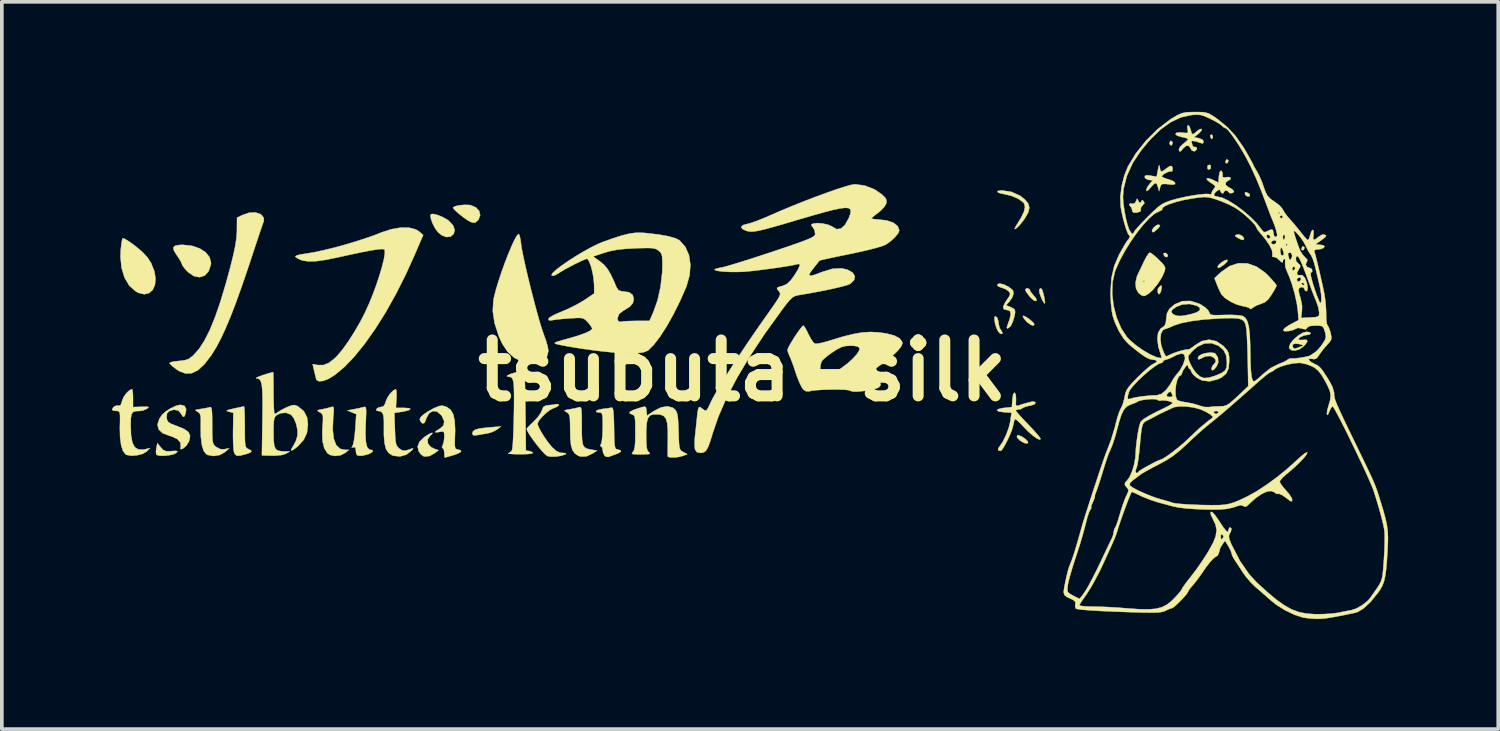
<source format=kicad_pcb>
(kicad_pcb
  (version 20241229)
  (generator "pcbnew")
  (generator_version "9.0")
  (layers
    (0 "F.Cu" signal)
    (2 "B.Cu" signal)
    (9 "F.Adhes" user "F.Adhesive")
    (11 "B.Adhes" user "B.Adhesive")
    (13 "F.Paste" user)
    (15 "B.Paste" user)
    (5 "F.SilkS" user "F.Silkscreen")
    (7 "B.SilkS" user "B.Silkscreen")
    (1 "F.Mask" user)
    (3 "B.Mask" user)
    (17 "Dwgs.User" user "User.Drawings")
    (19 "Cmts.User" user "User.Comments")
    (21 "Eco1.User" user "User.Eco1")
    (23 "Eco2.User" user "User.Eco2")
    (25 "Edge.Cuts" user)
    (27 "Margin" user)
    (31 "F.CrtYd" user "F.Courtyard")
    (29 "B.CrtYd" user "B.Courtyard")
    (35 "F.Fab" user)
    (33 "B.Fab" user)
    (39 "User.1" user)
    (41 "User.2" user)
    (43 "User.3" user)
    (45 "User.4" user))
  (footprint "tsubuta-silk"
    (layer "F.Cu")
    (at 17.192 7.053)
    (property "Reference" "tsubuta-silk" (at 0 0 0) (layer "F.SilkS") (effects (font (size 1.524 1.524) (thickness 0.3))))
    (attr through_hole)
    (fp_poly (pts (xy 12.823 -6.384) (xy 12.818 -6.344) (xy 12.795 -6.312) (xy 12.767 -6.344) (xy 12.751 -6.407) (xy 12.759 -6.423) (xy 12.801 -6.43) (xy 12.823 -6.384)) (stroke (width 0.01) (type solid)) (fill yes) (layer "F.SilkS"))
    (fp_poly (pts (xy 11.587 -3.166) (xy 11.599 -3.13) (xy 11.573 -3.093) (xy 11.519 -3.106) (xy 11.492 -3.135) (xy 11.48 -3.192) (xy 11.486 -3.203) (xy 11.536 -3.206) (xy 11.587 -3.166)) (stroke (width 0.01) (type solid)) (fill yes) (layer "F.SilkS"))
    (fp_poly (pts (xy 11.722 -6.231) (xy 11.726 -6.202) (xy 11.703 -6.145) (xy 11.684 -6.138) (xy 11.646 -6.173) (xy 11.642 -6.202) (xy 11.665 -6.258) (xy 11.684 -6.265) (xy 11.722 -6.231)) (stroke (width 0.01) (type solid)) (fill yes) (layer "F.SilkS"))
    (fp_poly (pts (xy 12.764 -5.588) (xy 12.767 -5.518) (xy 12.752 -5.496) (xy 12.7 -5.481) (xy 12.679 -5.503) (xy 12.676 -5.574) (xy 12.69 -5.595) (xy 12.742 -5.611) (xy 12.764 -5.588)) (stroke (width 0.01) (type solid)) (fill yes) (layer "F.SilkS"))
    (fp_poly (pts (xy 13.249 -5.727) (xy 13.25 -5.717) (xy 13.22 -5.66) (xy 13.208 -5.652) (xy 13.172 -5.661) (xy 13.166 -5.691) (xy 13.188 -5.749) (xy 13.208 -5.757) (xy 13.249 -5.727)) (stroke (width 0.01) (type solid)) (fill yes) (layer "F.SilkS"))
    (fp_poly (pts (xy 13.815 -4.821) (xy 13.832 -4.794) (xy 13.823 -4.75) (xy 13.775 -4.745) (xy 13.72 -4.776) (xy 13.7 -4.808) (xy 13.7 -4.858) (xy 13.744 -4.861) (xy 13.815 -4.821)) (stroke (width 0.01) (type solid)) (fill yes) (layer "F.SilkS"))
    (fp_poly (pts (xy 15.323 -3.356) (xy 15.325 -3.347) (xy 15.294 -3.289) (xy 15.282 -3.281) (xy 15.246 -3.29) (xy 15.24 -3.321) (xy 15.262 -3.379) (xy 15.282 -3.387) (xy 15.323 -3.356)) (stroke (width 0.01) (type solid)) (fill yes) (layer "F.SilkS"))
    (fp_poly (pts (xy 13.558 -3.705) (xy 13.639 -3.66) (xy 13.674 -3.593) (xy 13.653 -3.56) (xy 13.584 -3.577) (xy 13.504 -3.618) (xy 13.436 -3.662) (xy 13.438 -3.689) (xy 13.473 -3.706) (xy 13.558 -3.705)) (stroke (width 0.01) (type solid)) (fill yes) (layer "F.SilkS"))
    (fp_poly (pts (xy 11.429 -2.3) (xy 11.429 -2.263) (xy 11.409 -2.16) (xy 11.389 -2.118) (xy 11.354 -2.08) (xy 11.325 -2.12) (xy 11.321 -2.132) (xy 11.325 -2.227) (xy 11.361 -2.277) (xy 11.413 -2.322) (xy 11.429 -2.3)) (stroke (width 0.01) (type solid)) (fill yes) (layer "F.SilkS"))
    (fp_poly (pts (xy 7.625 1.805) (xy 7.713 1.865) (xy 7.775 1.928) (xy 7.787 1.958) (xy 7.761 1.989) (xy 7.688 1.976) (xy 7.59 1.923) (xy 7.559 1.9) (xy 7.483 1.821) (xy 7.487 1.767) (xy 7.54 1.766) (xy 7.625 1.805)) (stroke (width 0.01) (type solid)) (fill yes) (layer "F.SilkS"))
    (fp_poly (pts (xy 11.384 -3.962) (xy 11.359 -3.907) (xy 11.297 -3.847) (xy 11.227 -3.787) (xy 11.194 -3.771) (xy 11.171 -3.787) (xy 11.165 -3.792) (xy 11.169 -3.839) (xy 11.217 -3.904) (xy 11.283 -3.96) (xy 11.334 -3.979) (xy 11.384 -3.962)) (stroke (width 0.01) (type solid)) (fill yes) (layer "F.SilkS"))
    (fp_poly (pts (xy 7.69 -1.485) (xy 7.769 -1.438) (xy 7.858 -1.372) (xy 7.93 -1.305) (xy 7.959 -1.259) (xy 7.932 -1.226) (xy 7.864 -1.245) (xy 7.774 -1.308) (xy 7.733 -1.347) (xy 7.667 -1.429) (xy 7.642 -1.485) (xy 7.646 -1.493) (xy 7.69 -1.485)) (stroke (width 0.01) (type solid)) (fill yes) (layer "F.SilkS"))
    (fp_poly (pts (xy 8.157 -2.227) (xy 8.184 -2.168) (xy 8.215 -2.049) (xy 8.234 -1.958) (xy 8.249 -1.853) (xy 8.236 -1.828) (xy 8.196 -1.882) (xy 8.154 -1.964) (xy 8.101 -2.103) (xy 8.088 -2.201) (xy 8.118 -2.243) (xy 8.125 -2.244) (xy 8.157 -2.227)) (stroke (width 0.01) (type solid)) (fill yes) (layer "F.SilkS"))
    (fp_poly (pts (xy 13.225 -3.013) (xy 13.209 -2.967) (xy 13.142 -2.9) (xy 13.123 -2.885) (xy 13.022 -2.816) (xy 12.97 -2.798) (xy 12.954 -2.827) (xy 12.954 -2.833) (xy 12.984 -2.883) (xy 13.054 -2.944) (xy 13.137 -2.996) (xy 13.204 -3.02) (xy 13.225 -3.013)) (stroke (width 0.01) (type solid)) (fill yes) (layer "F.SilkS"))
    (fp_poly (pts (xy 6.943 -1.444) (xy 6.977 -1.347) (xy 6.985 -1.259) (xy 7.013 -1.157) (xy 7.051 -1.098) (xy 7.09 -1.028) (xy 7.074 -0.998) (xy 7.023 -1.009) (xy 6.969 -1.068) (xy 6.922 -1.165) (xy 6.887 -1.282) (xy 6.869 -1.39) (xy 6.873 -1.464) (xy 6.891 -1.482) (xy 6.943 -1.444)) (stroke (width 0.01) (type solid)) (fill yes) (layer "F.SilkS"))
    (fp_poly (pts (xy 7.824 -2.22) (xy 7.832 -2.199) (xy 7.859 -2.143) (xy 7.927 -2.06) (xy 7.941 -2.046) (xy 8.009 -1.959) (xy 8.013 -1.9) (xy 8.011 -1.898) (xy 7.96 -1.902) (xy 7.876 -1.97) (xy 7.838 -2.01) (xy 7.741 -2.133) (xy 7.709 -2.208) (xy 7.74 -2.241) (xy 7.768 -2.244) (xy 7.824 -2.22)) (stroke (width 0.01) (type solid)) (fill yes) (layer "F.SilkS"))
    (fp_poly (pts (xy -6.689 1.606) (xy -6.802 1.668) (xy -6.943 1.711) (xy -6.964 1.715) (xy -7.107 1.737) (xy -7.235 1.76) (xy -7.25 1.762) (xy -7.338 1.766) (xy -7.366 1.725) (xy -7.366 1.723) (xy -7.348 1.658) (xy -7.285 1.611) (xy -7.165 1.578) (xy -6.975 1.555) (xy -6.921 1.55) (xy -6.583 1.523) (xy -6.689 1.606)) (stroke (width 0.01) (type solid)) (fill yes) (layer "F.SilkS"))
    (fp_poly (pts (xy -8.325 -4.246) (xy -8.196 -4.196) (xy -8.072 -4.13) (xy -8.005 -4.082) (xy -7.885 -3.951) (xy -7.845 -3.828) (xy -7.873 -3.727) (xy -7.954 -3.653) (xy -8.069 -3.64) (xy -8.198 -3.688) (xy -8.301 -3.772) (xy -8.378 -3.876) (xy -8.445 -4.003) (xy -8.491 -4.128) (xy -8.507 -4.225) (xy -8.495 -4.262) (xy -8.433 -4.271) (xy -8.325 -4.246)) (stroke (width 0.01) (type solid)) (fill yes) (layer "F.SilkS"))
    (fp_poly (pts (xy -15.858 2.095) (xy -15.789 2.167) (xy -15.713 2.197) (xy -15.595 2.198) (xy -15.567 2.195) (xy -15.452 2.189) (xy -15.406 2.198) (xy -15.418 2.227) (xy -15.43 2.24) (xy -15.505 2.279) (xy -15.625 2.307) (xy -15.762 2.322) (xy -15.885 2.321) (xy -15.966 2.301) (xy -15.979 2.29) (xy -15.991 2.217) (xy -15.979 2.111) (xy -15.979 2.11) (xy -15.951 1.979) (xy -15.858 2.095)) (stroke (width 0.01) (type solid)) (fill yes) (layer "F.SilkS"))
    (fp_poly (pts (xy -7.456 -4.516) (xy -7.409 -4.509) (xy -7.265 -4.447) (xy -7.177 -4.349) (xy -7.151 -4.233) (xy -7.196 -4.117) (xy -7.221 -4.088) (xy -7.286 -4.035) (xy -7.352 -4.033) (xy -7.408 -4.052) (xy -7.487 -4.094) (xy -7.592 -4.166) (xy -7.705 -4.254) (xy -7.806 -4.34) (xy -7.876 -4.41) (xy -7.894 -4.446) (xy -7.835 -4.48) (xy -7.722 -4.505) (xy -7.585 -4.518) (xy -7.456 -4.516)) (stroke (width 0.01) (type solid)) (fill yes) (layer "F.SilkS"))
    (fp_poly (pts (xy -8.446 1.704) (xy -8.485 1.749) (xy -8.511 1.771) (xy -8.581 1.871) (xy -8.578 1.98) (xy -8.508 2.076) (xy -8.417 2.126) (xy -8.286 2.171) (xy -8.387 2.248) (xy -8.525 2.328) (xy -8.651 2.344) (xy -8.689 2.338) (xy -8.761 2.291) (xy -8.824 2.206) (xy -8.856 2.071) (xy -8.807 1.942) (xy -8.676 1.815) (xy -8.64 1.79) (xy -8.535 1.726) (xy -8.467 1.697) (xy -8.446 1.704)) (stroke (width 0.01) (type solid)) (fill yes) (layer "F.SilkS"))
    (fp_poly (pts (xy -15.009 -3.402) (xy -14.8 -3.331) (xy -14.636 -3.225) (xy -14.528 -3.09) (xy -14.489 -2.936) (xy -14.494 -2.883) (xy -14.555 -2.704) (xy -14.661 -2.59) (xy -14.798 -2.545) (xy -14.953 -2.574) (xy -15.111 -2.68) (xy -15.127 -2.695) (xy -15.216 -2.793) (xy -15.272 -2.872) (xy -15.282 -2.901) (xy -15.306 -2.961) (xy -15.365 -3.062) (xy -15.412 -3.13) (xy -15.499 -3.267) (xy -15.518 -3.356) (xy -15.466 -3.406) (xy -15.338 -3.426) (xy -15.252 -3.428) (xy -15.009 -3.402)) (stroke (width 0.01) (type solid)) (fill yes) (layer "F.SilkS"))
    (fp_poly (pts (xy 12.87 -0.477) (xy 12.891 -0.465) (xy 12.962 -0.357) (xy 12.971 -0.222) (xy 12.923 -0.106) (xy 12.848 -0.021) (xy 12.8 -0.008) (xy 12.785 -0.058) (xy 12.815 -0.133) (xy 12.848 -0.169) (xy 12.905 -0.238) (xy 12.889 -0.307) (xy 12.845 -0.357) (xy 12.751 -0.398) (xy 12.625 -0.389) (xy 12.504 -0.332) (xy 12.498 -0.327) (xy 12.435 -0.303) (xy 12.412 -0.337) (xy 12.441 -0.396) (xy 12.52 -0.445) (xy 12.641 -0.478) (xy 12.77 -0.491) (xy 12.87 -0.477)) (stroke (width 0.01) (type solid)) (fill yes) (layer "F.SilkS"))
    (fp_poly (pts (xy -16.853 -3.597) (xy -16.76 -3.543) (xy -16.633 -3.455) (xy -16.554 -3.396) (xy -16.36 -3.234) (xy -16.223 -3.087) (xy -16.124 -2.933) (xy -16.121 -2.927) (xy -16.034 -2.709) (xy -16.001 -2.509) (xy -16.018 -2.336) (xy -16.079 -2.2) (xy -16.178 -2.112) (xy -16.309 -2.081) (xy -16.467 -2.119) (xy -16.54 -2.158) (xy -16.715 -2.312) (xy -16.846 -2.53) (xy -16.928 -2.799) (xy -16.958 -3.108) (xy -16.95 -3.293) (xy -16.933 -3.441) (xy -16.914 -3.555) (xy -16.897 -3.608) (xy -16.853 -3.597)) (stroke (width 0.01) (type solid)) (fill yes) (layer "F.SilkS"))
    (fp_poly (pts (xy 10.774 -4.671) (xy 10.781 -4.646) (xy 10.818 -4.585) (xy 10.86 -4.576) (xy 10.88 -4.623) (xy 10.894 -4.65) (xy 10.933 -4.62) (xy 10.96 -4.567) (xy 10.916 -4.515) (xy 10.911 -4.511) (xy 10.861 -4.441) (xy 10.86 -4.392) (xy 10.853 -4.341) (xy 10.775 -4.313) (xy 10.755 -4.309) (xy 10.662 -4.306) (xy 10.628 -4.34) (xy 10.626 -4.365) (xy 10.604 -4.443) (xy 10.583 -4.466) (xy 10.541 -4.519) (xy 10.566 -4.555) (xy 10.62 -4.552) (xy 10.691 -4.557) (xy 10.731 -4.624) (xy 10.756 -4.686) (xy 10.774 -4.671)) (stroke (width 0.01) (type solid)) (fill yes) (layer "F.SilkS"))
    (fp_poly (pts (xy 7.326 -4.874) (xy 7.561 -4.771) (xy 7.695 -4.67) (xy 7.79 -4.556) (xy 7.821 -4.441) (xy 7.79 -4.309) (xy 7.693 -4.143) (xy 7.661 -4.097) (xy 7.578 -3.992) (xy 7.503 -3.912) (xy 7.446 -3.864) (xy 7.419 -3.858) (xy 7.433 -3.9) (xy 7.461 -3.948) (xy 7.595 -4.167) (xy 7.675 -4.334) (xy 7.702 -4.459) (xy 7.68 -4.552) (xy 7.65 -4.591) (xy 7.513 -4.687) (xy 7.326 -4.766) (xy 7.134 -4.811) (xy 7.01 -4.838) (xy 6.95 -4.869) (xy 6.961 -4.896) (xy 7.046 -4.91) (xy 7.075 -4.911) (xy 7.326 -4.874)) (stroke (width 0.01) (type solid)) (fill yes) (layer "F.SilkS"))
    (fp_poly (pts (xy -11.151 0.997) (xy -11.142 1.048) (xy -11.147 1.156) (xy -11.158 1.283) (xy -11.171 1.608) (xy -11.143 1.857) (xy -11.075 2.033) (xy -10.967 2.133) (xy -10.848 2.16) (xy -10.732 2.162) (xy -10.831 2.245) (xy -10.958 2.309) (xy -11.107 2.328) (xy -11.245 2.3) (xy -11.319 2.249) (xy -11.403 2.112) (xy -11.449 1.922) (xy -11.457 1.671) (xy -11.45 1.538) (xy -11.438 1.367) (xy -11.437 1.26) (xy -11.451 1.198) (xy -11.484 1.161) (xy -11.522 1.138) (xy -11.583 1.101) (xy -11.579 1.08) (xy -11.502 1.062) (xy -11.472 1.057) (xy -11.34 1.029) (xy -11.228 0.999) (xy -11.227 0.999) (xy -11.178 0.985) (xy -11.151 0.997)) (stroke (width 0.01) (type solid)) (fill yes) (layer "F.SilkS"))
    (fp_poly (pts (xy -13.581 1.015) (xy -13.575 1.123) (xy -13.57 1.285) (xy -13.568 1.484) (xy -13.568 1.535) (xy -13.567 1.762) (xy -13.564 1.919) (xy -13.555 2.021) (xy -13.539 2.081) (xy -13.513 2.115) (xy -13.476 2.136) (xy -13.473 2.137) (xy -13.396 2.181) (xy -13.392 2.217) (xy -13.466 2.255) (xy -13.541 2.279) (xy -13.693 2.318) (xy -13.786 2.32) (xy -13.838 2.28) (xy -13.865 2.212) (xy -13.877 2.122) (xy -13.885 1.971) (xy -13.889 1.782) (xy -13.888 1.624) (xy -13.88 1.153) (xy -13.999 1.122) (xy -14.056 1.103) (xy -14.058 1.086) (xy -13.995 1.065) (xy -13.864 1.035) (xy -13.727 1.005) (xy -13.627 0.984) (xy -13.589 0.976) (xy -13.581 1.015)) (stroke (width 0.01) (type solid)) (fill yes) (layer "F.SilkS"))
    (fp_poly (pts (xy 11.157 -3.19) (xy 11.248 -3.117) (xy 11.35 -3.022) (xy 11.456 -2.914) (xy 11.511 -2.841) (xy 11.525 -2.78) (xy 11.508 -2.71) (xy 11.504 -2.696) (xy 11.429 -2.533) (xy 11.324 -2.368) (xy 11.204 -2.219) (xy 11.083 -2.104) (xy 10.977 -2.04) (xy 10.937 -2.032) (xy 10.867 -2.06) (xy 10.792 -2.12) (xy 10.729 -2.238) (xy 10.716 -2.397) (xy 10.724 -2.434) (xy 10.922 -2.434) (xy 10.943 -2.413) (xy 10.964 -2.434) (xy 10.943 -2.455) (xy 10.922 -2.434) (xy 10.724 -2.434) (xy 10.754 -2.569) (xy 10.779 -2.625) (xy 10.825 -2.72) (xy 10.891 -2.858) (xy 10.945 -2.974) (xy 11.011 -3.1) (xy 11.07 -3.188) (xy 11.105 -3.217) (xy 11.157 -3.19)) (stroke (width 0.01) (type solid)) (fill yes) (layer "F.SilkS"))
    (fp_poly (pts (xy 13.766 -2.922) (xy 14.01 -2.837) (xy 14.246 -2.673) (xy 14.331 -2.591) (xy 14.439 -2.474) (xy 14.52 -2.38) (xy 14.56 -2.326) (xy 14.562 -2.321) (xy 14.542 -2.272) (xy 14.488 -2.175) (xy 14.429 -2.077) (xy 14.333 -1.941) (xy 14.242 -1.862) (xy 14.135 -1.819) (xy 14.012 -1.774) (xy 13.919 -1.72) (xy 13.908 -1.71) (xy 13.858 -1.675) (xy 13.843 -1.686) (xy 13.805 -1.715) (xy 13.709 -1.743) (xy 13.642 -1.755) (xy 13.478 -1.8) (xy 13.305 -1.88) (xy 13.155 -1.978) (xy 13.06 -2.074) (xy 13.02 -2.151) (xy 12.966 -2.27) (xy 12.942 -2.328) (xy 12.867 -2.519) (xy 13.056 -2.693) (xy 13.282 -2.851) (xy 13.521 -2.927) (xy 13.766 -2.922)) (stroke (width 0.01) (type solid)) (fill yes) (layer "F.SilkS"))
    (fp_poly (pts (xy -10.271 1.005) (xy -10.261 1.059) (xy -10.26 1.163) (xy -10.266 1.33) (xy -10.272 1.448) (xy -10.279 1.734) (xy -10.267 1.943) (xy -10.235 2.08) (xy -10.182 2.148) (xy -10.14 2.159) (xy -10.08 2.175) (xy -10.089 2.214) (xy -10.157 2.261) (xy -10.209 2.282) (xy -10.372 2.323) (xy -10.483 2.318) (xy -10.513 2.3) (xy -10.535 2.24) (xy -10.541 2.169) (xy -10.554 2.095) (xy -10.603 2.089) (xy -10.61 2.092) (xy -10.656 2.101) (xy -10.633 2.062) (xy -10.61 1.997) (xy -10.586 1.869) (xy -10.566 1.701) (xy -10.557 1.597) (xy -10.529 1.188) (xy -10.774 1.088) (xy -10.59 1.053) (xy -10.456 1.026) (xy -10.349 1) (xy -10.326 0.994) (xy -10.293 0.988) (xy -10.271 1.005)) (stroke (width 0.01) (type solid)) (fill yes) (layer "F.SilkS"))
    (fp_poly (pts (xy -14.492 0.998) (xy -14.474 1.036) (xy -14.464 1.121) (xy -14.458 1.266) (xy -14.457 1.484) (xy -14.457 1.485) (xy -14.456 1.701) (xy -14.452 1.85) (xy -14.441 1.946) (xy -14.421 2.008) (xy -14.388 2.051) (xy -14.353 2.081) (xy -14.227 2.144) (xy -14.12 2.142) (xy -13.991 2.118) (xy -14.11 2.223) (xy -14.252 2.302) (xy -14.422 2.329) (xy -14.58 2.3) (xy -14.614 2.283) (xy -14.687 2.195) (xy -14.738 2.033) (xy -14.766 1.805) (xy -14.771 1.536) (xy -14.768 1.359) (xy -14.773 1.247) (xy -14.791 1.182) (xy -14.824 1.143) (xy -14.858 1.122) (xy -14.91 1.09) (xy -14.904 1.071) (xy -14.83 1.055) (xy -14.767 1.046) (xy -14.638 1.025) (xy -14.539 1.003) (xy -14.518 0.996) (xy -14.492 0.998)) (stroke (width 0.01) (type solid)) (fill yes) (layer "F.SilkS"))
    (fp_poly (pts (xy -4.407 1.008) (xy -4.393 1.055) (xy -4.385 1.149) (xy -4.382 1.303) (xy -4.381 1.501) (xy -4.38 1.741) (xy -4.371 1.909) (xy -4.349 2.021) (xy -4.309 2.089) (xy -4.245 2.127) (xy -4.152 2.15) (xy -4.121 2.155) (xy -3.963 2.181) (xy -4.073 2.253) (xy -4.254 2.339) (xy -4.414 2.344) (xy -4.487 2.317) (xy -4.575 2.255) (xy -4.637 2.164) (xy -4.675 2.031) (xy -4.694 1.841) (xy -4.698 1.621) (xy -4.7 1.424) (xy -4.706 1.295) (xy -4.721 1.216) (xy -4.746 1.17) (xy -4.787 1.139) (xy -4.794 1.135) (xy -4.849 1.101) (xy -4.843 1.081) (xy -4.767 1.064) (xy -4.72 1.057) (xy -4.588 1.033) (xy -4.48 1.008) (xy -4.466 1.003) (xy -4.431 0.995) (xy -4.407 1.008)) (stroke (width 0.01) (type solid)) (fill yes) (layer "F.SilkS"))
    (fp_poly (pts (xy 7.131 -2.345) (xy 7.252 -2.283) (xy 7.352 -2.208) (xy 7.376 -2.181) (xy 7.389 -2.095) (xy 7.347 -1.98) (xy 7.27 -1.875) (xy 7.184 -1.781) (xy 7.292 -1.74) (xy 7.383 -1.694) (xy 7.427 -1.654) (xy 7.433 -1.586) (xy 7.412 -1.473) (xy 7.374 -1.347) (xy 7.327 -1.24) (xy 7.296 -1.196) (xy 7.231 -1.147) (xy 7.205 -1.164) (xy 7.218 -1.217) (xy 7.288 -1.412) (xy 7.313 -1.543) (xy 7.294 -1.619) (xy 7.228 -1.65) (xy 7.202 -1.651) (xy 7.121 -1.675) (xy 7.109 -1.748) (xy 7.167 -1.868) (xy 7.204 -1.922) (xy 7.274 -2.025) (xy 7.297 -2.088) (xy 7.279 -2.137) (xy 7.258 -2.161) (xy 7.168 -2.223) (xy 7.068 -2.259) (xy 6.976 -2.293) (xy 6.944 -2.334) (xy 6.977 -2.365) (xy 7.029 -2.371) (xy 7.131 -2.345)) (stroke (width 0.01) (type solid)) (fill yes) (layer "F.SilkS"))
    (fp_poly (pts (xy 15.461 -1.045) (xy 15.494 -1.016) (xy 15.458 -0.982) (xy 15.407 -0.974) (xy 15.306 -0.956) (xy 15.212 -0.915) (xy 15.158 -0.865) (xy 15.155 -0.853) (xy 15.192 -0.834) (xy 15.279 -0.837) (xy 15.282 -0.838) (xy 15.379 -0.839) (xy 15.402 -0.801) (xy 15.354 -0.722) (xy 15.298 -0.662) (xy 15.189 -0.584) (xy 15.074 -0.547) (xy 14.974 -0.552) (xy 14.912 -0.599) (xy 14.901 -0.643) (xy 14.904 -0.651) (xy 14.998 -0.651) (xy 15.005 -0.639) (xy 15.031 -0.603) (xy 15.068 -0.598) (xy 15.143 -0.624) (xy 15.184 -0.64) (xy 15.303 -0.688) (xy 15.178 -0.724) (xy 15.068 -0.737) (xy 15.002 -0.71) (xy 14.998 -0.651) (xy 14.904 -0.651) (xy 14.936 -0.736) (xy 15.024 -0.845) (xy 15.141 -0.948) (xy 15.265 -1.026) (xy 15.373 -1.058) (xy 15.376 -1.058) (xy 15.461 -1.045)) (stroke (width 0.01) (type solid)) (fill yes) (layer "F.SilkS"))
    (fp_poly (pts (xy -6.079 -3.687) (xy -6.055 -3.587) (xy -6.038 -3.464) (xy -6.016 -3.314) (xy -5.973 -3.099) (xy -5.915 -2.835) (xy -5.846 -2.539) (xy -5.769 -2.226) (xy -5.689 -1.913) (xy -5.61 -1.617) (xy -5.536 -1.352) (xy -5.47 -1.137) (xy -5.418 -0.986) (xy -5.416 -0.981) (xy -5.355 -0.813) (xy -5.311 -0.657) (xy -5.292 -0.543) (xy -5.292 -0.533) (xy -5.329 -0.384) (xy -5.429 -0.273) (xy -5.579 -0.205) (xy -5.764 -0.188) (xy -5.968 -0.226) (xy -5.995 -0.236) (xy -6.221 -0.349) (xy -6.403 -0.511) (xy -6.552 -0.736) (xy -6.644 -0.939) (xy -6.76 -1.299) (xy -6.808 -1.625) (xy -6.789 -1.93) (xy -6.775 -1.995) (xy -6.723 -2.202) (xy -6.652 -2.436) (xy -6.57 -2.683) (xy -6.481 -2.932) (xy -6.39 -3.167) (xy -6.302 -3.377) (xy -6.223 -3.549) (xy -6.157 -3.668) (xy -6.109 -3.723) (xy -6.101 -3.725) (xy -6.079 -3.687)) (stroke (width 0.01) (type solid)) (fill yes) (layer "F.SilkS"))
    (fp_poly (pts (xy -5.944 0.04) (xy -5.938 0.154) (xy -5.931 0.331) (xy -5.925 0.558) (xy -5.92 0.826) (xy -5.917 1.09) (xy -5.905 2.18) (xy -5.81 2.194) (xy -5.736 2.219) (xy -5.715 2.247) (xy -5.754 2.264) (xy -5.859 2.276) (xy -6.01 2.281) (xy -6.085 2.281) (xy -6.24 2.277) (xy -6.347 2.27) (xy -6.392 2.262) (xy -6.385 2.258) (xy -6.308 2.205) (xy -6.282 2.167) (xy -6.27 2.101) (xy -6.259 1.965) (xy -6.249 1.777) (xy -6.24 1.553) (xy -6.234 1.307) (xy -6.229 1.057) (xy -6.227 0.818) (xy -6.228 0.607) (xy -6.232 0.438) (xy -6.24 0.329) (xy -6.242 0.313) (xy -6.275 0.211) (xy -6.332 0.172) (xy -6.36 0.169) (xy -6.421 0.159) (xy -6.409 0.133) (xy -6.335 0.097) (xy -6.209 0.057) (xy -6.173 0.048) (xy -6.052 0.02) (xy -5.969 0.003) (xy -5.951 0) (xy -5.944 0.04)) (stroke (width 0.01) (type solid)) (fill yes) (layer "F.SilkS"))
    (fp_poly (pts (xy -15.214 0.96) (xy -15.168 1.042) (xy -15.175 1.138) (xy -15.209 1.242) (xy -15.247 1.262) (xy -15.293 1.199) (xy -15.304 1.175) (xy -15.382 1.09) (xy -15.5 1.065) (xy -15.621 1.101) (xy -15.686 1.162) (xy -15.699 1.265) (xy -15.698 1.283) (xy -15.684 1.357) (xy -15.649 1.408) (xy -15.574 1.452) (xy -15.44 1.504) (xy -15.404 1.517) (xy -15.215 1.596) (xy -15.102 1.679) (xy -15.06 1.777) (xy -15.078 1.898) (xy -15.093 1.936) (xy -15.16 2.044) (xy -15.243 2.118) (xy -15.243 2.118) (xy -15.31 2.147) (xy -15.323 2.122) (xy -15.314 2.082) (xy -15.322 1.964) (xy -15.408 1.866) (xy -15.568 1.792) (xy -15.622 1.778) (xy -15.809 1.706) (xy -15.918 1.603) (xy -15.948 1.471) (xy -15.898 1.315) (xy -15.826 1.208) (xy -15.727 1.116) (xy -15.588 1.028) (xy -15.444 0.96) (xy -15.326 0.933) (xy -15.325 0.933) (xy -15.214 0.96)) (stroke (width 0.01) (type solid)) (fill yes) (layer "F.SilkS"))
    (fp_poly (pts (xy -3.54 1.023) (xy -3.523 1.085) (xy -3.512 1.206) (xy -3.504 1.395) (xy -3.501 1.566) (xy -3.497 1.796) (xy -3.492 1.954) (xy -3.482 2.055) (xy -3.466 2.113) (xy -3.442 2.14) (xy -3.406 2.15) (xy -3.397 2.151) (xy -3.316 2.176) (xy -3.318 2.213) (xy -3.402 2.261) (xy -3.461 2.283) (xy -3.573 2.324) (xy -3.653 2.353) (xy -3.663 2.356) (xy -3.727 2.344) (xy -3.758 2.321) (xy -3.8 2.239) (xy -3.81 2.172) (xy -3.826 2.096) (xy -3.854 2.074) (xy -3.876 2.048) (xy -3.854 1.992) (xy -3.834 1.915) (xy -3.819 1.777) (xy -3.811 1.603) (xy -3.81 1.527) (xy -3.811 1.345) (xy -3.818 1.231) (xy -3.834 1.171) (xy -3.861 1.147) (xy -3.892 1.143) (xy -3.979 1.132) (xy -3.994 1.105) (xy -3.944 1.074) (xy -3.838 1.049) (xy -3.818 1.046) (xy -3.687 1.029) (xy -3.588 1.014) (xy -3.563 1.009) (xy -3.54 1.023)) (stroke (width 0.01) (type solid)) (fill yes) (layer "F.SilkS"))
    (fp_poly (pts (xy -5.011 0.919) (xy -5.006 0.943) (xy -5.055 0.986) (xy -5.15 1.024) (xy -5.152 1.025) (xy -5.247 1.072) (xy -5.359 1.159) (xy -5.468 1.264) (xy -5.551 1.366) (xy -5.587 1.445) (xy -5.588 1.45) (xy -5.563 1.53) (xy -5.499 1.653) (xy -5.41 1.799) (xy -5.308 1.946) (xy -5.208 2.07) (xy -5.195 2.085) (xy -5.08 2.19) (xy -4.976 2.238) (xy -4.905 2.245) (xy -4.818 2.252) (xy -4.81 2.272) (xy -4.826 2.283) (xy -4.938 2.322) (xy -5.087 2.345) (xy -5.23 2.347) (xy -5.317 2.33) (xy -5.383 2.28) (xy -5.478 2.179) (xy -5.588 2.047) (xy -5.698 1.903) (xy -5.794 1.766) (xy -5.861 1.654) (xy -5.884 1.589) (xy -5.856 1.552) (xy -5.781 1.475) (xy -5.694 1.392) (xy -5.584 1.275) (xy -5.5 1.156) (xy -5.469 1.085) (xy -5.431 0.993) (xy -5.363 0.953) (xy -5.289 0.944) (xy -5.165 0.931) (xy -5.069 0.915) (xy -5.067 0.914) (xy -5.011 0.919)) (stroke (width 0.01) (type solid)) (fill yes) (layer "F.SilkS"))
    (fp_poly (pts (xy -9.435 0.546) (xy -9.43 0.646) (xy -9.434 0.762) (xy -9.448 1.016) (xy -9.222 1.017) (xy -9.097 1.025) (xy -9.051 1.045) (xy -9.082 1.073) (xy -9.185 1.104) (xy -9.306 1.126) (xy -9.49 1.154) (xy -9.476 1.597) (xy -9.468 1.797) (xy -9.457 1.931) (xy -9.439 2.017) (xy -9.41 2.073) (xy -9.365 2.118) (xy -9.358 2.123) (xy -9.278 2.175) (xy -9.197 2.185) (xy -9.085 2.153) (xy -9.038 2.135) (xy -8.98 2.116) (xy -8.99 2.144) (xy -9.014 2.175) (xy -9.159 2.291) (xy -9.337 2.342) (xy -9.521 2.32) (xy -9.552 2.308) (xy -9.65 2.243) (xy -9.718 2.138) (xy -9.758 1.981) (xy -9.776 1.76) (xy -9.776 1.565) (xy -9.776 1.359) (xy -9.789 1.224) (xy -9.821 1.146) (xy -9.876 1.109) (xy -9.941 1.101) (xy -9.987 1.083) (xy -9.975 1.044) (xy -9.924 1.007) (xy -9.862 0.994) (xy -9.788 0.974) (xy -9.742 0.901) (xy -9.727 0.846) (xy -9.68 0.737) (xy -9.604 0.627) (xy -9.52 0.542) (xy -9.449 0.508) (xy -9.435 0.546)) (stroke (width 0.01) (type solid)) (fill yes) (layer "F.SilkS"))
    (fp_poly (pts (xy -13.141 -4.266) (xy -13.1 -4.231) (xy -13.05 -4.159) (xy -13.049 -4.083) (xy -13.074 -4.009) (xy -13.106 -3.917) (xy -13.158 -3.766) (xy -13.222 -3.574) (xy -13.292 -3.363) (xy -13.298 -3.344) (xy -13.489 -2.769) (xy -13.66 -2.268) (xy -13.816 -1.836) (xy -13.959 -1.465) (xy -14.092 -1.149) (xy -14.217 -0.88) (xy -14.337 -0.651) (xy -14.456 -0.457) (xy -14.48 -0.42) (xy -14.666 -0.176) (xy -14.841 -0.013) (xy -15.011 0.071) (xy -15.181 0.08) (xy -15.357 0.015) (xy -15.445 -0.043) (xy -15.545 -0.122) (xy -15.609 -0.185) (xy -15.621 -0.207) (xy -15.583 -0.229) (xy -15.483 -0.25) (xy -15.367 -0.262) (xy -15.21 -0.28) (xy -15.101 -0.316) (xy -15.006 -0.385) (xy -14.961 -0.426) (xy -14.809 -0.6) (xy -14.663 -0.828) (xy -14.519 -1.114) (xy -14.376 -1.465) (xy -14.231 -1.886) (xy -14.082 -2.382) (xy -13.964 -2.815) (xy -13.886 -3.129) (xy -13.832 -3.381) (xy -13.799 -3.59) (xy -13.784 -3.773) (xy -13.783 -3.831) (xy -13.78 -4.169) (xy -13.631 -4.241) (xy -13.448 -4.304) (xy -13.277 -4.312) (xy -13.141 -4.266)) (stroke (width 0.01) (type solid)) (fill yes) (layer "F.SilkS"))
    (fp_poly (pts (xy -16.628 0.546) (xy -16.618 0.646) (xy -16.616 0.751) (xy -16.616 0.995) (xy -16.383 0.987) (xy -16.254 0.984) (xy -16.197 0.991) (xy -16.199 1.012) (xy -16.232 1.04) (xy -16.338 1.087) (xy -16.43 1.101) (xy -16.546 1.106) (xy -16.619 1.133) (xy -16.659 1.197) (xy -16.676 1.314) (xy -16.679 1.499) (xy -16.679 1.501) (xy -16.669 1.77) (xy -16.633 1.963) (xy -16.569 2.087) (xy -16.473 2.149) (xy -16.339 2.154) (xy -16.267 2.14) (xy -16.15 2.111) (xy -16.242 2.205) (xy -16.349 2.269) (xy -16.499 2.309) (xy -16.658 2.321) (xy -16.788 2.299) (xy -16.816 2.286) (xy -16.887 2.196) (xy -16.939 2.036) (xy -16.969 1.815) (xy -16.974 1.547) (xy -16.969 1.349) (xy -16.97 1.22) (xy -16.98 1.146) (xy -17.003 1.111) (xy -17.042 1.101) (xy -17.081 1.101) (xy -17.161 1.088) (xy -17.187 1.064) (xy -17.152 0.997) (xy -17.075 0.954) (xy -17.007 0.954) (xy -16.958 0.947) (xy -16.925 0.871) (xy -16.916 0.83) (xy -16.872 0.721) (xy -16.795 0.613) (xy -16.707 0.533) (xy -16.642 0.508) (xy -16.628 0.546)) (stroke (width 0.01) (type solid)) (fill yes) (layer "F.SilkS"))
    (fp_poly (pts (xy 11.374 -5.557) (xy 11.377 -5.535) (xy 11.395 -5.448) (xy 11.428 -5.426) (xy 11.496 -5.465) (xy 11.545 -5.503) (xy 11.648 -5.573) (xy 11.705 -5.577) (xy 11.726 -5.517) (xy 11.726 -5.496) (xy 11.717 -5.435) (xy 11.7 -5.431) (xy 11.648 -5.432) (xy 11.563 -5.4) (xy 11.48 -5.352) (xy 11.432 -5.305) (xy 11.43 -5.296) (xy 11.467 -5.265) (xy 11.561 -5.228) (xy 11.624 -5.211) (xy 11.736 -5.169) (xy 11.794 -5.122) (xy 11.793 -5.084) (xy 11.726 -5.068) (xy 11.68 -5.072) (xy 11.536 -5.088) (xy 11.453 -5.086) (xy 11.412 -5.062) (xy 11.39 -5.009) (xy 11.386 -4.995) (xy 11.357 -4.889) (xy 11.326 -5.006) (xy 11.295 -5.092) (xy 11.258 -5.113) (xy 11.198 -5.069) (xy 11.124 -4.985) (xy 11.047 -4.905) (xy 11.011 -4.898) (xy 11.008 -4.915) (xy 11.033 -4.993) (xy 11.095 -5.084) (xy 11.184 -5.186) (xy 11.074 -5.199) (xy 10.989 -5.232) (xy 10.964 -5.277) (xy 10.982 -5.317) (xy 11.046 -5.325) (xy 11.128 -5.314) (xy 11.291 -5.286) (xy 11.326 -5.469) (xy 11.348 -5.573) (xy 11.362 -5.6) (xy 11.374 -5.557)) (stroke (width 0.01) (type solid)) (fill yes) (layer "F.SilkS"))
    (fp_poly (pts (xy -8.092 0.981) (xy -8.064 0.992) (xy -7.959 1.065) (xy -7.888 1.186) (xy -7.847 1.365) (xy -7.834 1.612) (xy -7.838 1.777) (xy -7.844 1.952) (xy -7.842 2.06) (xy -7.828 2.117) (xy -7.798 2.142) (xy -7.758 2.151) (xy -7.676 2.176) (xy -7.675 2.214) (xy -7.752 2.26) (xy -7.882 2.306) (xy -8.006 2.342) (xy -8.091 2.365) (xy -8.115 2.371) (xy -8.124 2.334) (xy -8.128 2.245) (xy -8.128 2.244) (xy -8.141 2.155) (xy -8.171 2.117) (xy -8.172 2.117) (xy -8.194 2.091) (xy -8.172 2.035) (xy -8.142 1.937) (xy -8.128 1.809) (xy -8.128 1.799) (xy -8.133 1.698) (xy -8.16 1.661) (xy -8.232 1.667) (xy -8.255 1.672) (xy -8.343 1.685) (xy -8.382 1.677) (xy -8.382 1.677) (xy -8.348 1.643) (xy -8.267 1.594) (xy -8.255 1.587) (xy -8.153 1.5) (xy -8.131 1.386) (xy -8.189 1.25) (xy -8.216 1.212) (xy -8.328 1.118) (xy -8.441 1.103) (xy -8.543 1.163) (xy -8.617 1.294) (xy -8.628 1.33) (xy -8.671 1.428) (xy -8.725 1.443) (xy -8.78 1.384) (xy -8.799 1.323) (xy -8.767 1.263) (xy -8.7 1.202) (xy -8.578 1.118) (xy -8.431 1.035) (xy -8.389 1.016) (xy -8.268 0.967) (xy -8.182 0.956) (xy -8.092 0.981)) (stroke (width 0.01) (type solid)) (fill yes) (layer "F.SilkS"))
    (fp_poly (pts (xy 12.188 -6.652) (xy 12.219 -6.564) (xy 12.22 -6.562) (xy 12.245 -6.466) (xy 12.281 -6.443) (xy 12.347 -6.487) (xy 12.39 -6.527) (xy 12.466 -6.581) (xy 12.518 -6.588) (xy 12.52 -6.586) (xy 12.512 -6.542) (xy 12.451 -6.474) (xy 12.432 -6.458) (xy 12.312 -6.362) (xy 12.442 -6.336) (xy 12.543 -6.295) (xy 12.573 -6.241) (xy 12.552 -6.193) (xy 12.499 -6.203) (xy 12.397 -6.237) (xy 12.323 -6.256) (xy 12.251 -6.262) (xy 12.241 -6.226) (xy 12.249 -6.205) (xy 12.272 -6.134) (xy 12.277 -6.114) (xy 12.311 -6.098) (xy 12.344 -6.096) (xy 12.39 -6.073) (xy 12.383 -6.025) (xy 12.331 -5.983) (xy 12.31 -5.978) (xy 12.249 -6.002) (xy 12.223 -6.052) (xy 12.173 -6.124) (xy 12.098 -6.129) (xy 12.021 -6.066) (xy 12.013 -6.054) (xy 11.952 -5.982) (xy 11.909 -5.979) (xy 11.896 -6.031) (xy 11.927 -6.096) (xy 12.005 -6.174) (xy 12.023 -6.187) (xy 12.105 -6.256) (xy 12.148 -6.304) (xy 12.15 -6.31) (xy 12.112 -6.334) (xy 12.019 -6.359) (xy 11.98 -6.366) (xy 11.855 -6.401) (xy 11.804 -6.445) (xy 11.827 -6.48) (xy 11.922 -6.493) (xy 11.987 -6.488) (xy 12.096 -6.476) (xy 12.142 -6.488) (xy 12.143 -6.536) (xy 12.134 -6.576) (xy 12.126 -6.662) (xy 12.15 -6.689) (xy 12.188 -6.652)) (stroke (width 0.01) (type solid)) (fill yes) (layer "F.SilkS"))
    (fp_poly (pts (xy -9.09 -3.896) (xy -8.907 -3.848) (xy -8.821 -3.795) (xy -8.705 -3.695) (xy -8.93 -3.171) (xy -9.183 -2.612) (xy -9.451 -2.082) (xy -9.729 -1.586) (xy -10.014 -1.134) (xy -10.299 -0.73) (xy -10.58 -0.382) (xy -10.853 -0.097) (xy -11.112 0.118) (xy -11.29 0.228) (xy -11.433 0.282) (xy -11.546 0.292) (xy -11.612 0.257) (xy -11.618 0.243) (xy -11.637 0.172) (xy -11.665 0.054) (xy -11.677 0.007) (xy -11.719 -0.177) (xy -11.576 -0.151) (xy -11.425 -0.15) (xy -11.276 -0.21) (xy -11.113 -0.338) (xy -11.043 -0.409) (xy -10.903 -0.576) (xy -10.743 -0.8) (xy -10.578 -1.059) (xy -10.419 -1.333) (xy -10.291 -1.581) (xy -10.182 -1.822) (xy -10.077 -2.08) (xy -9.98 -2.344) (xy -9.895 -2.6) (xy -9.826 -2.835) (xy -9.776 -3.036) (xy -9.751 -3.19) (xy -9.754 -3.285) (xy -9.763 -3.303) (xy -9.816 -3.314) (xy -9.933 -3.306) (xy -10.119 -3.277) (xy -10.378 -3.228) (xy -10.711 -3.157) (xy -11.028 -3.087) (xy -11.361 -3.019) (xy -11.626 -2.982) (xy -11.835 -2.977) (xy -11.996 -3.002) (xy -12.032 -3.013) (xy -12.132 -3.059) (xy -12.188 -3.102) (xy -12.192 -3.111) (xy -12.155 -3.138) (xy -12.056 -3.165) (xy -11.938 -3.183) (xy -11.694 -3.222) (xy -11.394 -3.287) (xy -11.057 -3.371) (xy -10.706 -3.47) (xy -10.361 -3.578) (xy -10.045 -3.687) (xy -9.835 -3.769) (xy -9.571 -3.855) (xy -9.318 -3.898) (xy -9.09 -3.896)) (stroke (width 0.01) (type solid)) (fill yes) (layer "F.SilkS"))
    (fp_poly (pts (xy 7.451 0.656) (xy 7.458 0.773) (xy 7.457 0.803) (xy 7.452 0.915) (xy 7.466 0.961) (xy 7.507 0.959) (xy 7.521 0.954) (xy 7.62 0.92) (xy 7.726 0.889) (xy 7.836 0.861) (xy 7.911 0.841) (xy 7.974 0.857) (xy 7.988 0.877) (xy 7.964 0.919) (xy 7.862 0.952) (xy 7.834 0.957) (xy 7.72 0.983) (xy 7.647 1.013) (xy 7.638 1.022) (xy 7.581 1.052) (xy 7.533 1.058) (xy 7.465 1.072) (xy 7.451 1.09) (xy 7.479 1.131) (xy 7.555 1.219) (xy 7.666 1.341) (xy 7.79 1.469) (xy 7.924 1.611) (xy 8.033 1.734) (xy 8.105 1.823) (xy 8.128 1.863) (xy 8.101 1.884) (xy 8.029 1.852) (xy 7.925 1.779) (xy 7.803 1.674) (xy 7.676 1.547) (xy 7.658 1.527) (xy 7.555 1.419) (xy 7.474 1.345) (xy 7.429 1.321) (xy 7.427 1.322) (xy 7.405 1.377) (xy 7.383 1.478) (xy 7.382 1.488) (xy 7.354 1.591) (xy 7.301 1.729) (xy 7.233 1.88) (xy 7.161 2.021) (xy 7.095 2.131) (xy 7.048 2.187) (xy 7.043 2.189) (xy 6.978 2.179) (xy 6.972 2.174) (xy 6.972 2.124) (xy 7.003 2.078) (xy 7.095 1.944) (xy 7.185 1.76) (xy 7.259 1.561) (xy 7.303 1.378) (xy 7.305 1.367) (xy 7.334 1.148) (xy 7.128 1.135) (xy 6.992 1.116) (xy 6.938 1.087) (xy 6.966 1.054) (xy 7.073 1.025) (xy 7.143 1.016) (xy 7.345 0.995) (xy 7.358 0.791) (xy 7.376 0.659) (xy 7.407 0.604) (xy 7.42 0.604) (xy 7.451 0.656)) (stroke (width 0.01) (type solid)) (fill yes) (layer "F.SilkS"))
    (fp_poly (pts (xy -12.791 0.083) (xy -12.788 0.192) (xy -12.786 0.354) (xy -12.785 0.555) (xy -12.785 0.614) (xy -12.783 0.823) (xy -12.777 0.997) (xy -12.769 1.122) (xy -12.759 1.182) (xy -12.756 1.185) (xy -12.704 1.161) (xy -12.661 1.13) (xy -12.582 1.079) (xy -12.462 1.018) (xy -12.41 0.994) (xy -12.29 0.948) (xy -12.212 0.939) (xy -12.14 0.964) (xy -12.118 0.976) (xy -11.959 1.106) (xy -11.87 1.278) (xy -11.847 1.473) (xy -11.874 1.697) (xy -11.959 1.883) (xy -12.114 2.056) (xy -12.131 2.071) (xy -12.239 2.156) (xy -12.298 2.182) (xy -12.303 2.148) (xy -12.249 2.056) (xy -12.242 2.046) (xy -12.175 1.917) (xy -12.132 1.774) (xy -12.131 1.623) (xy -12.167 1.455) (xy -12.229 1.304) (xy -12.307 1.203) (xy -12.309 1.202) (xy -12.441 1.15) (xy -12.591 1.162) (xy -12.691 1.209) (xy -12.734 1.246) (xy -12.761 1.296) (xy -12.777 1.377) (xy -12.783 1.508) (xy -12.785 1.694) (xy -12.781 1.908) (xy -12.764 2.052) (xy -12.726 2.139) (xy -12.659 2.184) (xy -12.553 2.201) (xy -12.481 2.203) (xy -12.34 2.204) (xy -12.446 2.266) (xy -12.573 2.305) (xy -12.764 2.32) (xy -12.827 2.319) (xy -13.102 2.312) (xy -13.088 1.351) (xy -13.084 1.01) (xy -13.084 0.743) (xy -13.091 0.543) (xy -13.104 0.4) (xy -13.127 0.304) (xy -13.16 0.246) (xy -13.204 0.218) (xy -13.262 0.209) (xy -13.262 0.209) (xy -13.259 0.197) (xy -13.196 0.168) (xy -13.097 0.131) (xy -12.981 0.093) (xy -12.873 0.061) (xy -12.795 0.044) (xy -12.791 0.083)) (stroke (width 0.01) (type solid)) (fill yes) (layer "F.SilkS"))
    (fp_poly (pts (xy -1.902 1.011) (xy -1.837 1.063) (xy -1.802 1.114) (xy -1.777 1.188) (xy -1.76 1.299) (xy -1.749 1.465) (xy -1.743 1.656) (xy -1.736 1.869) (xy -1.728 2.014) (xy -1.715 2.106) (xy -1.693 2.161) (xy -1.659 2.195) (xy -1.616 2.22) (xy -1.503 2.279) (xy -1.622 2.325) (xy -1.732 2.354) (xy -1.855 2.368) (xy -1.964 2.367) (xy -2.029 2.35) (xy -2.037 2.339) (xy -2.038 2.286) (xy -2.038 2.167) (xy -2.037 2.002) (xy -2.035 1.863) (xy -2.037 1.611) (xy -2.052 1.431) (xy -2.087 1.311) (xy -2.145 1.239) (xy -2.232 1.203) (xy -2.302 1.193) (xy -2.432 1.193) (xy -2.522 1.225) (xy -2.58 1.302) (xy -2.611 1.434) (xy -2.624 1.634) (xy -2.625 1.748) (xy -2.622 1.949) (xy -2.614 2.082) (xy -2.596 2.164) (xy -2.566 2.213) (xy -2.551 2.227) (xy -2.522 2.257) (xy -2.542 2.274) (xy -2.622 2.282) (xy -2.765 2.285) (xy -2.915 2.284) (xy -2.994 2.276) (xy -3.016 2.258) (xy -2.994 2.226) (xy -2.988 2.219) (xy -2.957 2.17) (xy -2.936 2.085) (xy -2.925 1.95) (xy -2.921 1.749) (xy -2.921 1.686) (xy -2.922 1.481) (xy -2.927 1.346) (xy -2.939 1.264) (xy -2.96 1.221) (xy -2.994 1.201) (xy -3.006 1.198) (xy -3.078 1.165) (xy -3.071 1.126) (xy -2.983 1.079) (xy -2.881 1.042) (xy -2.744 0.998) (xy -2.668 0.982) (xy -2.634 0.999) (xy -2.622 1.053) (xy -2.617 1.101) (xy -2.603 1.228) (xy -2.413 1.101) (xy -2.222 1.004) (xy -2.047 0.974) (xy -1.902 1.011)) (stroke (width 0.01) (type solid)) (fill yes) (layer "F.SilkS"))
    (fp_poly (pts (xy 1.692 -1.192) (xy 1.746 -1.1) (xy 1.798 -0.993) (xy 1.866 -0.864) (xy 1.932 -0.769) (xy 1.973 -0.733) (xy 2.042 -0.734) (xy 2.168 -0.758) (xy 2.327 -0.801) (xy 2.385 -0.819) (xy 2.73 -0.924) (xy 3.015 -0.996) (xy 3.261 -1.039) (xy 3.486 -1.053) (xy 3.709 -1.042) (xy 3.928 -1.011) (xy 4.14 -0.955) (xy 4.285 -0.877) (xy 4.355 -0.781) (xy 4.36 -0.741) (xy 4.327 -0.658) (xy 4.236 -0.544) (xy 4.102 -0.413) (xy 3.939 -0.279) (xy 3.814 -0.191) (xy 3.688 -0.099) (xy 3.597 -0.015) (xy 3.557 0.042) (xy 3.557 0.046) (xy 3.585 0.118) (xy 3.655 0.205) (xy 3.662 0.212) (xy 3.751 0.316) (xy 3.767 0.399) (xy 3.709 0.464) (xy 3.572 0.514) (xy 3.354 0.552) (xy 3.348 0.552) (xy 3.153 0.572) (xy 3.026 0.574) (xy 2.953 0.557) (xy 2.939 0.548) (xy 2.876 0.531) (xy 2.75 0.52) (xy 2.58 0.516) (xy 2.388 0.517) (xy 2.195 0.523) (xy 2.02 0.534) (xy 1.886 0.549) (xy 1.817 0.566) (xy 1.731 0.563) (xy 1.663 0.52) (xy 1.611 0.446) (xy 1.547 0.315) (xy 1.482 0.15) (xy 1.46 0.085) (xy 1.421 -0.033) (xy 2.118 -0.033) (xy 2.13 0.067) (xy 2.148 0.102) (xy 2.222 0.121) (xy 2.345 0.099) (xy 2.497 0.042) (xy 2.658 -0.044) (xy 2.698 -0.071) (xy 2.868 -0.198) (xy 3.014 -0.331) (xy 3.124 -0.454) (xy 3.185 -0.556) (xy 3.191 -0.613) (xy 3.144 -0.655) (xy 3.037 -0.675) (xy 2.942 -0.677) (xy 2.809 -0.67) (xy 2.697 -0.64) (xy 2.573 -0.577) (xy 2.46 -0.504) (xy 2.326 -0.408) (xy 2.219 -0.319) (xy 2.16 -0.256) (xy 2.158 -0.253) (xy 2.128 -0.153) (xy 2.118 -0.033) (xy 1.421 -0.033) (xy 1.401 -0.093) (xy 1.343 -0.252) (xy 1.297 -0.366) (xy 1.286 -0.389) (xy 1.244 -0.492) (xy 1.228 -0.565) (xy 1.249 -0.625) (xy 1.306 -0.73) (xy 1.385 -0.86) (xy 1.472 -0.994) (xy 1.556 -1.113) (xy 1.623 -1.198) (xy 1.658 -1.228) (xy 1.692 -1.192)) (stroke (width 0.01) (type solid)) (fill yes) (layer "F.SilkS"))
    (fp_poly (pts (xy -2.648 -3.751) (xy -2.288 -3.71) (xy -2.009 -3.66) (xy -1.812 -3.601) (xy -1.714 -3.548) (xy -1.558 -3.373) (xy -1.459 -3.148) (xy -1.42 -2.885) (xy -1.442 -2.598) (xy -1.526 -2.3) (xy -1.539 -2.268) (xy -1.707 -1.886) (xy -1.886 -1.527) (xy -2.068 -1.203) (xy -2.248 -0.924) (xy -2.417 -0.704) (xy -2.569 -0.552) (xy -2.573 -0.548) (xy -2.691 -0.499) (xy -2.888 -0.473) (xy -3.164 -0.471) (xy -3.52 -0.494) (xy -3.873 -0.53) (xy -4.111 -0.56) (xy -4.354 -0.594) (xy -4.587 -0.63) (xy -4.795 -0.666) (xy -4.962 -0.698) (xy -5.074 -0.724) (xy -5.113 -0.739) (xy -5.118 -0.755) (xy -5.09 -0.773) (xy -5.015 -0.799) (xy -4.879 -0.838) (xy -4.784 -0.864) (xy -4.507 -0.944) (xy -4.298 -1.018) (xy -4.161 -1.081) (xy -4.101 -1.133) (xy -4.099 -1.149) (xy -4.135 -1.216) (xy -4.207 -1.307) (xy -4.226 -1.328) (xy -4.282 -1.385) (xy -4.336 -1.419) (xy -4.406 -1.435) (xy -4.516 -1.435) (xy -4.685 -1.426) (xy -4.72 -1.423) (xy -4.903 -1.409) (xy -5.062 -1.392) (xy -5.172 -1.377) (xy -5.196 -1.371) (xy -5.273 -1.367) (xy -5.292 -1.406) (xy -5.253 -1.451) (xy -5.144 -1.514) (xy -4.976 -1.589) (xy -4.932 -1.606) (xy -4.728 -1.695) (xy -4.515 -1.802) (xy -4.334 -1.907) (xy -4.308 -1.924) (xy -4.043 -2.103) (xy -4.046 -2.353) (xy -4.059 -2.51) (xy -4.088 -2.678) (xy -4.128 -2.836) (xy -4.174 -2.962) (xy -4.219 -3.037) (xy -4.24 -3.048) (xy -4.301 -3.029) (xy -4.414 -2.979) (xy -4.558 -2.909) (xy -4.713 -2.829) (xy -4.857 -2.751) (xy -4.969 -2.684) (xy -4.999 -2.664) (xy -5.104 -2.602) (xy -5.18 -2.582) (xy -5.207 -2.606) (xy -5.172 -2.664) (xy -5.075 -2.753) (xy -4.929 -2.864) (xy -4.748 -2.989) (xy -4.557 -3.111) (xy -4.073 -3.111) (xy -3.881 -2.973) (xy -3.774 -2.884) (xy -3.682 -2.774) (xy -3.594 -2.628) (xy -3.499 -2.427) (xy -3.436 -2.275) (xy -3.379 -2.188) (xy -3.286 -2.16) (xy -3.258 -2.159) (xy -3.091 -2.135) (xy -2.993 -2.062) (xy -2.963 -1.952) (xy -2.988 -1.84) (xy -3.071 -1.743) (xy -3.223 -1.647) (xy -3.244 -1.637) (xy -3.363 -1.544) (xy -3.407 -1.431) (xy -3.396 -1.362) (xy -3.348 -1.326) (xy -3.315 -1.331) (xy -3.246 -1.342) (xy -3.116 -1.35) (xy -2.95 -1.354) (xy -2.894 -1.355) (xy -2.535 -1.355) (xy -2.43 -1.594) (xy -2.315 -1.917) (xy -2.233 -2.289) (xy -2.189 -2.673) (xy -2.183 -2.829) (xy -2.184 -3.005) (xy -2.192 -3.118) (xy -2.214 -3.189) (xy -2.253 -3.24) (xy -2.286 -3.268) (xy -2.337 -3.304) (xy -2.396 -3.327) (xy -2.48 -3.339) (xy -2.606 -3.342) (xy -2.791 -3.338) (xy -2.921 -3.334) (xy -3.202 -3.318) (xy -3.426 -3.293) (xy -3.617 -3.255) (xy -3.762 -3.213) (xy -4.073 -3.111) (xy -4.557 -3.111) (xy -4.546 -3.119) (xy -4.334 -3.245) (xy -4.128 -3.359) (xy -3.939 -3.452) (xy -3.81 -3.506) (xy -3.518 -3.61) (xy -3.286 -3.684) (xy -3.097 -3.731) (xy -2.933 -3.755) (xy -2.778 -3.759) (xy -2.648 -3.751)) (stroke (width 0.01) (type solid)) (fill yes) (layer "F.SilkS"))
    (fp_poly (pts (xy 3.336 -5.043) (xy 3.598 -4.941) (xy 3.791 -4.81) (xy 3.888 -4.718) (xy 3.927 -4.647) (xy 3.924 -4.57) (xy 3.922 -4.56) (xy 3.869 -4.466) (xy 3.767 -4.358) (xy 3.705 -4.308) (xy 3.601 -4.229) (xy 3.532 -4.169) (xy 3.515 -4.149) (xy 3.552 -4.135) (xy 3.647 -4.123) (xy 3.704 -4.12) (xy 3.938 -4.092) (xy 4.117 -4.029) (xy 4.233 -3.937) (xy 4.276 -3.821) (xy 4.276 -3.816) (xy 4.243 -3.74) (xy 4.16 -3.639) (xy 4.047 -3.535) (xy 3.925 -3.446) (xy 3.883 -3.423) (xy 3.788 -3.387) (xy 3.626 -3.34) (xy 3.414 -3.286) (xy 3.169 -3.23) (xy 2.912 -3.175) (xy 2.664 -3.125) (xy 2.445 -3.079) (xy 2.27 -3.041) (xy 2.151 -3.014) (xy 2.101 -3) (xy 2.101 -2.999) (xy 2.071 -2.961) (xy 2.003 -2.876) (xy 1.929 -2.783) (xy 1.846 -2.672) (xy 1.818 -2.606) (xy 1.85 -2.585) (xy 1.946 -2.605) (xy 2.112 -2.666) (xy 2.167 -2.688) (xy 2.452 -2.775) (xy 2.701 -2.788) (xy 2.865 -2.75) (xy 3.002 -2.672) (xy 3.063 -2.574) (xy 3.045 -2.471) (xy 2.947 -2.372) (xy 2.927 -2.36) (xy 2.842 -2.327) (xy 2.687 -2.285) (xy 2.475 -2.235) (xy 2.219 -2.181) (xy 1.932 -2.126) (xy 1.628 -2.073) (xy 1.513 -2.054) (xy 1.434 -2.034) (xy 1.364 -1.995) (xy 1.286 -1.922) (xy 1.188 -1.802) (xy 1.09 -1.673) (xy 0.608 -1.004) (xy 0.195 -0.379) (xy -0.153 0.205) (xy -0.438 0.752) (xy -0.66 1.264) (xy -0.814 1.714) (xy -0.881 1.934) (xy -0.937 2.084) (xy -0.99 2.177) (xy -1.047 2.226) (xy -1.116 2.243) (xy -1.144 2.244) (xy -1.241 2.226) (xy -1.288 2.16) (xy -1.296 2.136) (xy -1.306 2.03) (xy -1.303 1.884) (xy -1.296 1.807) (xy -1.277 1.634) (xy -1.256 1.434) (xy -1.246 1.333) (xy -1.226 1.152) (xy -1.208 1.044) (xy -1.184 0.996) (xy -1.151 0.997) (xy -1.107 1.031) (xy -1.031 1.088) (xy -0.979 1.083) (xy -0.932 1.008) (xy -0.908 0.954) (xy -0.825 0.782) (xy -0.696 0.55) (xy -0.526 0.267) (xy -0.32 -0.061) (xy -0.083 -0.424) (xy 0.179 -0.815) (xy 0.462 -1.226) (xy 0.667 -1.516) (xy 0.815 -1.726) (xy 0.919 -1.877) (xy 0.985 -1.983) (xy 1.019 -2.054) (xy 1.026 -2.101) (xy 1.013 -2.137) (xy 0.992 -2.162) (xy 0.944 -2.221) (xy 0.944 -2.257) (xy 1.005 -2.285) (xy 1.101 -2.312) (xy 1.208 -2.36) (xy 1.31 -2.454) (xy 1.406 -2.584) (xy 1.512 -2.752) (xy 1.56 -2.861) (xy 1.549 -2.909) (xy 1.492 -2.901) (xy 1.412 -2.881) (xy 1.267 -2.854) (xy 1.073 -2.823) (xy 0.85 -2.79) (xy 0.616 -2.759) (xy 0.389 -2.73) (xy 0.187 -2.708) (xy 0.028 -2.694) (xy 0.021 -2.694) (xy -0.166 -2.688) (xy -0.355 -2.69) (xy -0.527 -2.7) (xy -0.664 -2.716) (xy -0.746 -2.737) (xy -0.762 -2.752) (xy -0.724 -2.776) (xy -0.63 -2.8) (xy -0.582 -2.808) (xy -0.496 -2.827) (xy -0.342 -2.871) (xy -0.132 -2.934) (xy 0.123 -3.014) (xy 0.409 -3.106) (xy 0.717 -3.207) (xy 0.783 -3.229) (xy 1.126 -3.344) (xy 1.397 -3.437) (xy 1.604 -3.51) (xy 1.755 -3.568) (xy 1.861 -3.613) (xy 1.928 -3.65) (xy 1.965 -3.682) (xy 1.981 -3.712) (xy 1.982 -3.721) (xy 1.966 -3.826) (xy 1.924 -3.897) (xy 1.876 -3.958) (xy 1.887 -3.989) (xy 1.922 -4.005) (xy 2.034 -4.021) (xy 2.182 -4.01) (xy 2.329 -3.978) (xy 2.436 -3.932) (xy 2.45 -3.921) (xy 2.569 -3.855) (xy 2.684 -3.871) (xy 2.793 -3.97) (xy 2.893 -4.148) (xy 2.901 -4.166) (xy 2.938 -4.266) (xy 2.953 -4.343) (xy 2.94 -4.398) (xy 2.891 -4.429) (xy 2.801 -4.437) (xy 2.664 -4.421) (xy 2.472 -4.381) (xy 2.22 -4.316) (xy 1.902 -4.226) (xy 1.51 -4.112) (xy 1.418 -4.084) (xy 1.08 -3.984) (xy 0.813 -3.908) (xy 0.606 -3.852) (xy 0.448 -3.815) (xy 0.329 -3.794) (xy 0.239 -3.788) (xy 0.167 -3.794) (xy 0.103 -3.811) (xy 0.101 -3.811) (xy -0.009 -3.865) (xy -0.036 -3.92) (xy 0.019 -3.968) (xy 0.121 -3.995) (xy 0.224 -4.022) (xy 0.382 -4.078) (xy 0.573 -4.153) (xy 0.767 -4.236) (xy 1.069 -4.368) (xy 1.387 -4.5) (xy 1.709 -4.628) (xy 2.023 -4.748) (xy 2.317 -4.856) (xy 2.581 -4.948) (xy 2.801 -5.018) (xy 2.968 -5.064) (xy 3.068 -5.08) (xy 3.336 -5.043)) (stroke (width 0.01) (type solid)) (fill yes) (layer "F.SilkS"))
    (fp_poly (pts (xy 12.51 -7.047) (xy 12.629 -7.034) (xy 12.726 -7.002) (xy 12.831 -6.939) (xy 12.955 -6.853) (xy 13.215 -6.641) (xy 13.441 -6.396) (xy 13.65 -6.099) (xy 13.748 -5.936) (xy 13.829 -5.791) (xy 13.891 -5.678) (xy 13.925 -5.612) (xy 13.928 -5.603) (xy 13.948 -5.56) (xy 13.999 -5.472) (xy 14.026 -5.428) (xy 14.097 -5.294) (xy 14.168 -5.126) (xy 14.199 -5.038) (xy 14.257 -4.874) (xy 14.315 -4.764) (xy 14.394 -4.681) (xy 14.515 -4.597) (xy 14.532 -4.586) (xy 14.64 -4.502) (xy 14.716 -4.416) (xy 14.73 -4.391) (xy 14.78 -4.305) (xy 14.865 -4.193) (xy 14.916 -4.136) (xy 15.028 -4.008) (xy 15.155 -3.854) (xy 15.225 -3.766) (xy 15.313 -3.656) (xy 15.382 -3.58) (xy 15.415 -3.556) (xy 15.444 -3.592) (xy 15.472 -3.68) (xy 15.473 -3.683) (xy 15.508 -3.792) (xy 15.545 -3.839) (xy 15.57 -3.819) (xy 15.569 -3.729) (xy 15.567 -3.711) (xy 15.557 -3.599) (xy 15.582 -3.562) (xy 15.648 -3.598) (xy 15.7 -3.644) (xy 15.8 -3.705) (xy 15.867 -3.705) (xy 15.911 -3.679) (xy 15.892 -3.642) (xy 15.848 -3.606) (xy 15.747 -3.531) (xy 15.679 -3.484) (xy 15.635 -3.45) (xy 15.657 -3.435) (xy 15.737 -3.431) (xy 15.839 -3.415) (xy 15.87 -3.381) (xy 15.839 -3.342) (xy 15.756 -3.311) (xy 15.655 -3.302) (xy 15.593 -3.282) (xy 15.59 -3.249) (xy 15.613 -3.171) (xy 15.65 -3.03) (xy 15.694 -2.846) (xy 15.743 -2.641) (xy 15.79 -2.433) (xy 15.832 -2.243) (xy 15.863 -2.092) (xy 15.87 -2.053) (xy 15.895 -1.861) (xy 15.911 -1.646) (xy 15.913 -1.529) (xy 15.917 -1.385) (xy 15.931 -1.277) (xy 15.949 -1.232) (xy 15.983 -1.178) (xy 16.02 -1.073) (xy 16.033 -1.026) (xy 16.056 -0.911) (xy 16.047 -0.835) (xy 15.993 -0.759) (xy 15.939 -0.702) (xy 15.834 -0.582) (xy 15.741 -0.457) (xy 15.721 -0.426) (xy 15.653 -0.335) (xy 15.584 -0.31) (xy 15.55 -0.316) (xy 15.461 -0.324) (xy 15.438 -0.297) (xy 15.479 -0.247) (xy 15.573 -0.193) (xy 15.653 -0.155) (xy 15.714 -0.115) (xy 15.771 -0.058) (xy 15.838 0.032) (xy 15.929 0.171) (xy 15.981 0.253) (xy 16.081 0.437) (xy 16.127 0.592) (xy 16.129 0.626) (xy 16.131 0.674) (xy 16.138 0.724) (xy 16.154 0.786) (xy 16.184 0.868) (xy 16.23 0.978) (xy 16.297 1.125) (xy 16.388 1.319) (xy 16.507 1.568) (xy 16.659 1.88) (xy 16.732 2.032) (xy 16.883 2.343) (xy 17.002 2.589) (xy 17.094 2.783) (xy 17.165 2.936) (xy 17.219 3.06) (xy 17.262 3.167) (xy 17.299 3.268) (xy 17.334 3.375) (xy 17.374 3.5) (xy 17.378 3.514) (xy 17.466 3.8) (xy 17.528 4.027) (xy 17.569 4.217) (xy 17.591 4.39) (xy 17.598 4.567) (xy 17.593 4.769) (xy 17.588 4.868) (xy 17.569 5.18) (xy 17.548 5.422) (xy 17.521 5.608) (xy 17.487 5.754) (xy 17.441 5.873) (xy 17.38 5.98) (xy 17.322 6.062) (xy 17.122 6.308) (xy 16.942 6.478) (xy 16.779 6.578) (xy 16.693 6.605) (xy 16.397 6.666) (xy 16.17 6.71) (xy 15.997 6.74) (xy 15.864 6.758) (xy 15.758 6.767) (xy 15.663 6.769) (xy 15.649 6.768) (xy 15.487 6.759) (xy 15.333 6.741) (xy 15.282 6.732) (xy 15.05 6.657) (xy 14.797 6.536) (xy 14.558 6.387) (xy 14.41 6.27) (xy 14.259 6.136) (xy 14.096 5.994) (xy 13.995 5.908) (xy 13.858 5.776) (xy 13.72 5.613) (xy 13.644 5.506) (xy 13.551 5.363) (xy 13.465 5.232) (xy 13.414 5.156) (xy 13.359 5.06) (xy 13.335 4.988) (xy 13.335 4.986) (xy 13.314 4.917) (xy 13.262 4.814) (xy 13.246 4.786) (xy 13.157 4.64) (xy 13.078 4.744) (xy 13.019 4.85) (xy 12.997 4.943) (xy 12.958 5.039) (xy 12.899 5.077) (xy 12.832 5.128) (xy 12.737 5.232) (xy 12.632 5.37) (xy 12.594 5.425) (xy 12.483 5.585) (xy 12.374 5.733) (xy 12.286 5.843) (xy 12.268 5.863) (xy 12.194 5.951) (xy 12.153 6.014) (xy 12.15 6.025) (xy 12.121 6.076) (xy 12.049 6.163) (xy 11.953 6.267) (xy 11.851 6.367) (xy 11.764 6.444) (xy 11.711 6.477) (xy 11.709 6.477) (xy 11.642 6.496) (xy 11.543 6.541) (xy 11.536 6.545) (xy 11.482 6.569) (xy 11.412 6.585) (xy 11.314 6.595) (xy 11.176 6.599) (xy 10.984 6.597) (xy 10.727 6.591) (xy 10.562 6.586) (xy 10.111 6.569) (xy 9.74 6.553) (xy 9.451 6.535) (xy 9.244 6.518) (xy 9.121 6.5) (xy 9.088 6.489) (xy 9.069 6.437) (xy 9.073 6.398) (xy 9.186 6.398) (xy 9.225 6.415) (xy 9.33 6.427) (xy 9.481 6.433) (xy 9.557 6.434) (xy 9.748 6.438) (xy 9.991 6.448) (xy 10.255 6.464) (xy 10.499 6.483) (xy 10.821 6.506) (xy 11.076 6.51) (xy 11.276 6.492) (xy 11.437 6.45) (xy 11.574 6.379) (xy 11.701 6.277) (xy 11.77 6.209) (xy 11.874 6.097) (xy 11.949 6.006) (xy 11.98 5.956) (xy 11.98 5.955) (xy 12.005 5.908) (xy 12.073 5.813) (xy 12.17 5.686) (xy 12.227 5.614) (xy 12.364 5.434) (xy 12.516 5.218) (xy 12.657 5.002) (xy 12.701 4.93) (xy 12.83 4.696) (xy 12.895 4.53) (xy 13.039 4.53) (xy 13.047 4.597) (xy 13.079 4.59) (xy 13.089 4.58) (xy 13.118 4.523) (xy 13.089 4.479) (xy 13.052 4.458) (xy 13.039 4.509) (xy 13.039 4.53) (xy 12.895 4.53) (xy 12.903 4.508) (xy 12.925 4.347) (xy 12.896 4.197) (xy 12.825 4.049) (xy 12.769 3.931) (xy 12.765 3.858) (xy 12.77 3.85) (xy 12.812 3.863) (xy 12.886 3.944) (xy 12.985 4.085) (xy 12.998 4.106) (xy 13.109 4.273) (xy 13.185 4.369) (xy 13.23 4.398) (xy 13.249 4.364) (xy 13.25 4.339) (xy 13.273 4.283) (xy 13.293 4.276) (xy 13.332 4.305) (xy 13.316 4.384) (xy 13.284 4.443) (xy 13.261 4.505) (xy 13.27 4.585) (xy 13.316 4.707) (xy 13.335 4.749) (xy 13.564 5.192) (xy 13.816 5.555) (xy 14.028 5.784) (xy 14.317 6.046) (xy 14.563 6.251) (xy 14.779 6.404) (xy 14.978 6.513) (xy 15.173 6.585) (xy 15.376 6.625) (xy 15.6 6.641) (xy 15.684 6.642) (xy 15.883 6.637) (xy 16.075 6.624) (xy 16.225 6.605) (xy 16.256 6.599) (xy 16.412 6.566) (xy 16.562 6.538) (xy 16.595 6.533) (xy 16.741 6.484) (xy 16.903 6.39) (xy 17.046 6.275) (xy 17.092 6.225) (xy 17.143 6.156) (xy 17.222 6.044) (xy 17.297 5.935) (xy 17.358 5.842) (xy 17.401 5.762) (xy 17.431 5.676) (xy 17.452 5.565) (xy 17.468 5.412) (xy 17.483 5.198) (xy 17.488 5.131) (xy 17.501 4.899) (xy 17.508 4.68) (xy 17.508 4.497) (xy 17.503 4.372) (xy 17.501 4.36) (xy 17.473 4.214) (xy 17.423 4.008) (xy 17.356 3.762) (xy 17.277 3.497) (xy 17.205 3.268) (xy 17.163 3.159) (xy 17.093 2.997) (xy 17.002 2.793) (xy 16.893 2.559) (xy 16.774 2.307) (xy 16.649 2.048) (xy 16.525 1.793) (xy 16.406 1.553) (xy 16.298 1.341) (xy 16.206 1.167) (xy 16.137 1.043) (xy 16.095 0.979) (xy 16.088 0.974) (xy 16.051 1.009) (xy 16.008 1.096) (xy 16.002 1.111) (xy 15.963 1.196) (xy 15.939 1.211) (xy 15.932 1.167) (xy 15.943 1.079) (xy 15.976 0.959) (xy 15.978 0.954) (xy 16.023 0.801) (xy 16.036 0.678) (xy 16.014 0.556) (xy 15.951 0.411) (xy 15.88 0.276) (xy 15.78 0.108) (xy 15.691 -0.003) (xy 15.592 -0.081) (xy 15.532 -0.114) (xy 15.38 -0.173) (xy 15.222 -0.207) (xy 15.174 -0.21) (xy 15.016 -0.197) (xy 14.839 -0.16) (xy 14.672 -0.109) (xy 14.545 -0.051) (xy 14.504 -0.02) (xy 14.434 0.031) (xy 14.399 0.042) (xy 14.351 0.069) (xy 14.256 0.141) (xy 14.131 0.246) (xy 14.037 0.328) (xy 13.672 0.653) (xy 13.351 0.934) (xy 13.079 1.168) (xy 12.861 1.349) (xy 12.742 1.444) (xy 12.616 1.548) (xy 12.452 1.691) (xy 12.274 1.853) (xy 12.129 1.99) (xy 11.918 2.183) (xy 11.732 2.33) (xy 11.542 2.453) (xy 11.348 2.557) (xy 11.169 2.65) (xy 11.008 2.738) (xy 10.887 2.81) (xy 10.84 2.841) (xy 10.725 2.929) (xy 10.63 3.001) (xy 10.561 3.075) (xy 10.56 3.129) (xy 10.619 3.177) (xy 10.736 3.243) (xy 10.893 3.318) (xy 11.069 3.393) (xy 11.242 3.459) (xy 11.393 3.506) (xy 11.409 3.51) (xy 11.554 3.55) (xy 11.681 3.589) (xy 11.724 3.605) (xy 11.8 3.62) (xy 11.945 3.635) (xy 12.139 3.649) (xy 12.366 3.659) (xy 12.498 3.664) (xy 12.772 3.669) (xy 12.981 3.668) (xy 13.148 3.656) (xy 13.291 3.629) (xy 13.431 3.583) (xy 13.59 3.515) (xy 13.78 3.423) (xy 14.019 3.29) (xy 14.293 3.11) (xy 14.578 2.901) (xy 14.851 2.68) (xy 15.079 2.474) (xy 15.211 2.353) (xy 15.316 2.268) (xy 15.382 2.23) (xy 15.399 2.233) (xy 15.378 2.288) (xy 15.303 2.383) (xy 15.187 2.506) (xy 15.042 2.643) (xy 14.881 2.783) (xy 14.824 2.828) (xy 14.725 2.918) (xy 14.66 2.996) (xy 14.647 3.029) (xy 14.675 3.091) (xy 14.747 3.187) (xy 14.817 3.265) (xy 14.91 3.374) (xy 14.971 3.473) (xy 14.986 3.521) (xy 14.978 3.563) (xy 14.945 3.56) (xy 14.871 3.509) (xy 14.82 3.469) (xy 14.717 3.397) (xy 14.637 3.361) (xy 14.611 3.362) (xy 14.555 3.361) (xy 14.545 3.35) (xy 14.489 3.311) (xy 14.414 3.284) (xy 14.306 3.294) (xy 14.164 3.358) (xy 14.006 3.464) (xy 13.851 3.601) (xy 13.822 3.631) (xy 13.742 3.703) (xy 13.687 3.709) (xy 13.669 3.696) (xy 13.588 3.669) (xy 13.531 3.681) (xy 13.367 3.735) (xy 13.207 3.77) (xy 13.027 3.787) (xy 12.803 3.79) (xy 12.637 3.787) (xy 12.332 3.775) (xy 12.093 3.758) (xy 11.903 3.735) (xy 11.741 3.703) (xy 11.663 3.682) (xy 11.54 3.648) (xy 11.39 3.608) (xy 11.345 3.596) (xy 11.143 3.532) (xy 10.916 3.442) (xy 10.711 3.346) (xy 10.696 3.338) (xy 10.629 3.31) (xy 10.609 3.31) (xy 10.575 3.382) (xy 10.521 3.514) (xy 10.455 3.686) (xy 10.385 3.878) (xy 10.317 4.068) (xy 10.26 4.238) (xy 10.22 4.367) (xy 10.216 4.381) (xy 10.183 4.481) (xy 10.138 4.593) (xy 10.078 4.73) (xy 10.003 4.896) (xy 9.923 5.072) (xy 9.848 5.237) (xy 9.786 5.37) (xy 9.747 5.452) (xy 9.743 5.461) (xy 9.706 5.531) (xy 9.644 5.648) (xy 9.586 5.757) (xy 9.491 5.923) (xy 9.383 6.093) (xy 9.325 6.176) (xy 9.248 6.286) (xy 9.198 6.369) (xy 9.186 6.398) (xy 9.073 6.398) (xy 9.075 6.376) (xy 9.074 6.305) (xy 9.016 6.252) (xy 8.962 6.226) (xy 8.841 6.17) (xy 8.776 6.117) (xy 8.756 6.043) (xy 8.765 5.967) (xy 8.855 5.967) (xy 8.869 6.036) (xy 8.928 6.088) (xy 9.003 6.129) (xy 9.106 6.184) (xy 9.175 6.216) (xy 9.187 6.22) (xy 9.22 6.189) (xy 9.283 6.106) (xy 9.353 6.003) (xy 9.424 5.884) (xy 9.518 5.708) (xy 9.626 5.498) (xy 9.736 5.274) (xy 9.766 5.21) (xy 9.864 5.002) (xy 9.952 4.818) (xy 10.022 4.672) (xy 10.067 4.581) (xy 10.077 4.562) (xy 10.112 4.46) (xy 10.118 4.412) (xy 10.136 4.324) (xy 10.153 4.295) (xy 10.185 4.232) (xy 10.226 4.121) (xy 10.243 4.064) (xy 10.32 3.808) (xy 10.382 3.619) (xy 10.435 3.48) (xy 10.48 3.382) (xy 10.52 3.291) (xy 10.515 3.235) (xy 10.479 3.192) (xy 10.421 3.111) (xy 10.436 3.046) (xy 10.473 3.01) (xy 10.549 2.909) (xy 10.62 2.751) (xy 10.625 2.736) (xy 10.713 2.736) (xy 10.731 2.789) (xy 10.753 2.794) (xy 10.794 2.768) (xy 10.795 2.76) (xy 10.829 2.73) (xy 10.917 2.674) (xy 11.037 2.606) (xy 11.167 2.536) (xy 11.284 2.476) (xy 11.367 2.44) (xy 11.388 2.435) (xy 11.461 2.403) (xy 11.58 2.327) (xy 11.727 2.22) (xy 11.887 2.094) (xy 12.042 1.963) (xy 12.174 1.84) (xy 12.189 1.825) (xy 12.461 1.567) (xy 12.717 1.357) (xy 12.821 1.284) (xy 12.817 1.249) (xy 12.752 1.194) (xy 12.668 1.143) (xy 12.848 1.143) (xy 12.9 1.184) (xy 12.912 1.185) (xy 12.966 1.155) (xy 12.975 1.143) (xy 12.962 1.11) (xy 12.912 1.101) (xy 12.852 1.117) (xy 12.848 1.143) (xy 12.668 1.143) (xy 12.646 1.13) (xy 12.516 1.069) (xy 12.477 1.054) (xy 12.301 1.007) (xy 12.106 0.98) (xy 11.921 0.976) (xy 11.776 0.996) (xy 11.736 1.011) (xy 11.649 1.053) (xy 11.531 1.107) (xy 11.515 1.115) (xy 11.384 1.177) (xy 11.268 1.238) (xy 11.261 1.242) (xy 11.137 1.308) (xy 11.041 1.356) (xy 10.981 1.387) (xy 10.938 1.424) (xy 10.907 1.483) (xy 10.884 1.577) (xy 10.864 1.721) (xy 10.843 1.928) (xy 10.833 2.048) (xy 10.812 2.253) (xy 10.789 2.433) (xy 10.767 2.567) (xy 10.749 2.635) (xy 10.713 2.736) (xy 10.625 2.736) (xy 10.677 2.563) (xy 10.711 2.372) (xy 10.715 2.302) (xy 10.727 2.111) (xy 10.75 1.905) (xy 10.779 1.707) (xy 10.812 1.538) (xy 10.845 1.421) (xy 10.859 1.393) (xy 10.931 1.326) (xy 11.081 1.233) (xy 11.306 1.115) (xy 11.525 1.009) (xy 11.638 0.951) (xy 11.711 0.902) (xy 11.726 0.883) (xy 11.69 0.854) (xy 11.603 0.828) (xy 11.5 0.813) (xy 11.416 0.814) (xy 11.393 0.822) (xy 11.337 0.817) (xy 11.322 0.801) (xy 11.268 0.781) (xy 11.16 0.777) (xy 11.027 0.785) (xy 10.897 0.804) (xy 10.799 0.831) (xy 10.774 0.845) (xy 10.708 0.879) (xy 10.6 0.92) (xy 10.581 0.927) (xy 10.48 0.977) (xy 10.399 1.065) (xy 10.329 1.204) (xy 10.265 1.407) (xy 10.229 1.545) (xy 10.163 1.791) (xy 10.088 2.018) (xy 10.015 2.196) (xy 9.998 2.227) (xy 9.969 2.3) (xy 9.924 2.432) (xy 9.868 2.605) (xy 9.823 2.752) (xy 9.764 2.945) (xy 9.708 3.117) (xy 9.664 3.247) (xy 9.643 3.302) (xy 9.61 3.391) (xy 9.603 3.441) (xy 9.59 3.498) (xy 9.55 3.591) (xy 9.546 3.6) (xy 9.509 3.684) (xy 9.505 3.725) (xy 9.508 3.725) (xy 9.51 3.751) (xy 9.49 3.78) (xy 9.451 3.855) (xy 9.411 3.971) (xy 9.402 4.002) (xy 9.331 4.276) (xy 9.27 4.501) (xy 9.209 4.707) (xy 9.139 4.927) (xy 9.067 5.144) (xy 8.998 5.358) (xy 8.938 5.563) (xy 8.892 5.735) (xy 8.868 5.846) (xy 8.855 5.967) (xy 8.765 5.967) (xy 8.77 5.923) (xy 8.788 5.832) (xy 8.832 5.62) (xy 8.869 5.468) (xy 8.905 5.352) (xy 8.946 5.246) (xy 8.954 5.228) (xy 8.999 5.108) (xy 9.061 4.917) (xy 9.14 4.65) (xy 9.238 4.304) (xy 9.258 4.233) (xy 9.29 4.124) (xy 9.343 3.955) (xy 9.41 3.743) (xy 9.488 3.502) (xy 9.571 3.248) (xy 9.655 2.994) (xy 9.734 2.755) (xy 9.804 2.548) (xy 9.86 2.386) (xy 9.896 2.284) (xy 9.904 2.265) (xy 10.045 1.898) (xy 10.156 1.533) (xy 10.182 1.424) (xy 10.226 1.261) (xy 10.275 1.117) (xy 10.317 1.03) (xy 10.365 0.925) (xy 10.406 0.781) (xy 10.418 0.717) (xy 10.42 0.708) (xy 10.501 0.708) (xy 10.509 0.775) (xy 10.565 0.773) (xy 10.573 0.769) (xy 10.652 0.745) (xy 10.785 0.719) (xy 10.922 0.7) (xy 11.082 0.684) (xy 11.221 0.674) (xy 11.297 0.673) (xy 11.323 0.666) (xy 11.561 0.666) (xy 11.583 0.71) (xy 11.642 0.72) (xy 11.711 0.712) (xy 11.726 0.702) (xy 11.713 0.652) (xy 11.7 0.616) (xy 11.665 0.572) (xy 11.616 0.597) (xy 11.561 0.666) (xy 11.323 0.666) (xy 11.418 0.639) (xy 11.544 0.535) (xy 11.661 0.376) (xy 11.685 0.332) (xy 11.752 0.218) (xy 11.816 0.129) (xy 11.828 0.116) (xy 11.929 -0.011) (xy 12.012 -0.162) (xy 12.06 -0.302) (xy 12.065 -0.349) (xy 12.056 -0.383) (xy 12.15 -0.383) (xy 12.175 -0.265) (xy 12.241 -0.119) (xy 12.33 0.021) (xy 12.375 0.074) (xy 12.477 0.164) (xy 12.58 0.203) (xy 12.708 0.195) (xy 12.882 0.142) (xy 12.918 0.128) (xy 13.07 0.063) (xy 13.157 -0.002) (xy 13.197 -0.087) (xy 13.207 -0.215) (xy 13.207 -0.219) (xy 13.186 -0.417) (xy 13.112 -0.563) (xy 12.976 -0.677) (xy 12.787 -0.748) (xy 12.592 -0.739) (xy 12.402 -0.651) (xy 12.3 -0.565) (xy 12.213 -0.473) (xy 12.159 -0.404) (xy 12.15 -0.383) (xy 12.056 -0.383) (xy 12.041 -0.439) (xy 11.966 -0.465) (xy 11.839 -0.428) (xy 11.748 -0.381) (xy 11.637 -0.327) (xy 11.549 -0.298) (xy 11.535 -0.296) (xy 11.479 -0.273) (xy 11.472 -0.254) (xy 11.44 -0.213) (xy 11.427 -0.212) (xy 11.346 -0.183) (xy 11.225 -0.104) (xy 11.079 0.008) (xy 10.924 0.142) (xy 10.776 0.282) (xy 10.651 0.415) (xy 10.565 0.526) (xy 10.54 0.574) (xy 10.501 0.708) (xy 10.42 0.708) (xy 10.439 0.617) (xy 10.474 0.531) (xy 10.535 0.44) (xy 10.635 0.326) (xy 10.782 0.175) (xy 10.925 0.037) (xy 11.056 -0.079) (xy 11.158 -0.159) (xy 11.208 -0.187) (xy 11.289 -0.231) (xy 11.291 -0.273) (xy 11.215 -0.296) (xy 11.193 -0.296) (xy 11.109 -0.311) (xy 11.006 -0.358) (xy 10.873 -0.446) (xy 10.699 -0.58) (xy 10.522 -0.727) (xy 10.389 -0.875) (xy 10.261 -1.08) (xy 10.153 -1.313) (xy 10.092 -1.496) (xy 10.066 -1.639) (xy 10.046 -1.832) (xy 10.035 -2.043) (xy 10.034 -2.091) (xy 10.079 -2.091) (xy 10.118 -1.763) (xy 10.202 -1.443) (xy 10.325 -1.152) (xy 10.484 -0.912) (xy 10.557 -0.834) (xy 10.725 -0.691) (xy 10.918 -0.556) (xy 11.11 -0.443) (xy 11.276 -0.369) (xy 11.321 -0.356) (xy 11.404 -0.341) (xy 11.426 -0.363) (xy 11.413 -0.406) (xy 11.338 -0.65) (xy 11.311 -0.862) (xy 11.312 -0.867) (xy 11.393 -0.867) (xy 11.413 -0.7) (xy 11.456 -0.566) (xy 11.505 -0.45) (xy 11.538 -0.396) (xy 11.572 -0.391) (xy 11.624 -0.417) (xy 11.627 -0.419) (xy 11.724 -0.464) (xy 11.852 -0.51) (xy 11.983 -0.549) (xy 12.09 -0.573) (xy 12.145 -0.575) (xy 12.193 -0.588) (xy 12.277 -0.644) (xy 12.322 -0.68) (xy 12.519 -0.803) (xy 12.72 -0.843) (xy 12.917 -0.801) (xy 13.101 -0.678) (xy 13.128 -0.652) (xy 13.21 -0.558) (xy 13.253 -0.473) (xy 13.269 -0.362) (xy 13.27 -0.254) (xy 13.251 -0.057) (xy 13.188 0.082) (xy 13.069 0.183) (xy 12.96 0.236) (xy 12.736 0.293) (xy 12.53 0.27) (xy 12.376 0.188) (xy 12.287 0.107) (xy 12.238 0.036) (xy 12.234 0.019) (xy 12.211 -0.036) (xy 12.192 -0.042) (xy 12.156 -0.077) (xy 12.149 -0.116) (xy 12.139 -0.156) (xy 12.103 -0.131) (xy 12.065 -0.085) (xy 12.006 0.006) (xy 11.981 0.074) (xy 11.96 0.123) (xy 11.948 0.127) (xy 11.894 0.165) (xy 11.849 0.264) (xy 11.818 0.398) (xy 11.804 0.545) (xy 11.809 0.68) (xy 11.836 0.779) (xy 11.863 0.81) (xy 11.932 0.834) (xy 12.051 0.859) (xy 12.123 0.87) (xy 12.278 0.9) (xy 12.421 0.941) (xy 12.463 0.957) (xy 12.594 0.993) (xy 12.716 0.995) (xy 12.838 0.981) (xy 12.988 0.974) (xy 13.022 0.974) (xy 13.115 0.969) (xy 13.193 0.946) (xy 13.276 0.895) (xy 13.385 0.804) (xy 13.497 0.7) (xy 13.788 0.425) (xy 13.776 -0.242) (xy 13.77 -0.492) (xy 13.762 -0.731) (xy 13.752 -0.938) (xy 13.742 -1.09) (xy 13.737 -1.135) (xy 13.717 -1.251) (xy 13.681 -1.334) (xy 13.618 -1.389) (xy 13.515 -1.419) (xy 13.359 -1.43) (xy 13.139 -1.427) (xy 12.97 -1.419) (xy 12.579 -1.392) (xy 12.24 -1.349) (xy 11.964 -1.294) (xy 11.76 -1.228) (xy 11.726 -1.213) (xy 11.624 -1.167) (xy 11.554 -1.144) (xy 11.547 -1.143) (xy 11.463 -1.106) (xy 11.41 -1.008) (xy 11.393 -0.867) (xy 11.312 -0.867) (xy 11.331 -1.03) (xy 11.398 -1.144) (xy 11.445 -1.175) (xy 11.512 -1.226) (xy 11.543 -1.316) (xy 11.55 -1.393) (xy 11.573 -1.56) (xy 11.592 -1.597) (xy 11.69 -1.597) (xy 11.738 -1.54) (xy 11.758 -1.527) (xy 11.839 -1.495) (xy 11.942 -1.488) (xy 12.088 -1.508) (xy 12.234 -1.54) (xy 12.39 -1.59) (xy 12.469 -1.647) (xy 12.47 -1.708) (xy 12.388 -1.768) (xy 12.382 -1.77) (xy 12.191 -1.816) (xy 11.986 -1.801) (xy 11.822 -1.736) (xy 11.717 -1.659) (xy 11.69 -1.597) (xy 11.592 -1.597) (xy 11.639 -1.683) (xy 11.765 -1.792) (xy 11.794 -1.811) (xy 11.992 -1.893) (xy 12.213 -1.898) (xy 12.444 -1.826) (xy 12.504 -1.795) (xy 12.625 -1.714) (xy 12.705 -1.63) (xy 12.723 -1.594) (xy 12.739 -1.552) (xy 12.772 -1.526) (xy 12.838 -1.513) (xy 12.956 -1.511) (xy 13.136 -1.517) (xy 13.322 -1.519) (xy 13.488 -1.511) (xy 13.607 -1.496) (xy 13.636 -1.488) (xy 13.709 -1.439) (xy 13.764 -1.346) (xy 13.803 -1.203) (xy 13.828 -0.998) (xy 13.841 -0.724) (xy 13.844 -0.549) (xy 13.85 -0.235) (xy 13.861 0.001) (xy 13.879 0.164) (xy 13.904 0.26) (xy 13.937 0.296) (xy 13.942 0.296) (xy 13.994 0.269) (xy 14.084 0.196) (xy 14.188 0.1) (xy 14.4 -0.07) (xy 14.61 -0.175) (xy 14.737 -0.226) (xy 14.83 -0.273) (xy 14.859 -0.297) (xy 14.919 -0.329) (xy 14.968 -0.331) (xy 15.057 -0.332) (xy 15.184 -0.346) (xy 15.318 -0.368) (xy 15.431 -0.393) (xy 15.492 -0.416) (xy 15.494 -0.419) (xy 15.545 -0.458) (xy 15.6 -0.491) (xy 15.673 -0.552) (xy 15.762 -0.656) (xy 15.806 -0.717) (xy 15.878 -0.83) (xy 15.905 -0.912) (xy 15.896 -0.999) (xy 15.879 -1.062) (xy 15.845 -1.161) (xy 15.802 -1.21) (xy 15.723 -1.226) (xy 15.624 -1.228) (xy 15.478 -1.216) (xy 15.404 -1.181) (xy 15.394 -1.165) (xy 15.358 -1.125) (xy 15.284 -1.135) (xy 15.258 -1.144) (xy 15.144 -1.165) (xy 15.09 -1.141) (xy 15.012 -1.105) (xy 14.895 -1.078) (xy 14.879 -1.076) (xy 14.772 -1.074) (xy 14.741 -1.103) (xy 14.783 -1.159) (xy 14.896 -1.235) (xy 14.959 -1.27) (xy 15.16 -1.376) (xy 15.143 -1.609) (xy 15.112 -1.837) (xy 15.055 -2.097) (xy 14.981 -2.355) (xy 14.975 -2.373) (xy 15.24 -2.373) (xy 15.271 -2.33) (xy 15.282 -2.328) (xy 15.324 -2.343) (xy 15.325 -2.347) (xy 15.295 -2.383) (xy 15.282 -2.392) (xy 15.243 -2.388) (xy 15.24 -2.373) (xy 14.975 -2.373) (xy 14.939 -2.473) (xy 15.113 -2.473) (xy 15.138 -2.427) (xy 15.188 -2.434) (xy 15.23 -2.49) (xy 15.212 -2.533) (xy 15.18 -2.54) (xy 15.122 -2.506) (xy 15.113 -2.473) (xy 14.939 -2.473) (xy 14.9 -2.578) (xy 14.862 -2.662) (xy 14.82 -2.77) (xy 14.986 -2.77) (xy 15.007 -2.727) (xy 15.028 -2.731) (xy 15.069 -2.785) (xy 15.071 -2.796) (xy 15.038 -2.835) (xy 15.028 -2.836) (xy 14.991 -2.802) (xy 14.986 -2.77) (xy 14.82 -2.77) (xy 14.8 -2.82) (xy 14.792 -2.942) (xy 14.793 -2.947) (xy 14.797 -3.024) (xy 14.775 -3.048) (xy 14.738 -3.013) (xy 14.732 -2.978) (xy 14.72 -2.944) (xy 14.677 -2.97) (xy 14.635 -3.013) (xy 14.554 -3.079) (xy 14.485 -3.099) (xy 14.481 -3.098) (xy 14.442 -3.106) (xy 14.448 -3.176) (xy 14.438 -3.261) (xy 14.661 -3.261) (xy 14.679 -3.162) (xy 14.721 -3.133) (xy 14.76 -3.159) (xy 14.756 -3.192) (xy 14.87 -3.192) (xy 14.876 -3.15) (xy 14.899 -3.068) (xy 14.901 -3.042) (xy 14.927 -3.02) (xy 14.944 -3.027) (xy 14.97 -3.071) (xy 15.087 -3.071) (xy 15.093 -2.984) (xy 15.146 -2.926) (xy 15.206 -2.868) (xy 15.201 -2.814) (xy 15.174 -2.775) (xy 15.12 -2.677) (xy 15.121 -2.613) (xy 15.176 -2.598) (xy 15.195 -2.603) (xy 15.266 -2.601) (xy 15.326 -2.534) (xy 15.344 -2.502) (xy 15.388 -2.385) (xy 15.407 -2.272) (xy 15.399 -2.188) (xy 15.367 -2.159) (xy 15.329 -2.193) (xy 15.325 -2.22) (xy 15.29 -2.267) (xy 15.24 -2.274) (xy 15.179 -2.252) (xy 15.16 -2.189) (xy 15.183 -2.072) (xy 15.216 -1.968) (xy 15.256 -1.768) (xy 15.252 -1.617) (xy 15.228 -1.435) (xy 15.477 -1.448) (xy 15.616 -1.457) (xy 15.69 -1.473) (xy 15.719 -1.508) (xy 15.722 -1.573) (xy 15.721 -1.592) (xy 15.699 -1.723) (xy 15.653 -1.861) (xy 15.651 -1.867) (xy 15.599 -1.991) (xy 15.537 -2.149) (xy 15.502 -2.244) (xy 15.391 -2.547) (xy 15.304 -2.778) (xy 15.237 -2.943) (xy 15.187 -3.051) (xy 15.15 -3.108) (xy 15.122 -3.121) (xy 15.099 -3.099) (xy 15.087 -3.071) (xy 14.97 -3.071) (xy 14.979 -3.087) (xy 14.986 -3.135) (xy 14.957 -3.204) (xy 14.918 -3.217) (xy 14.87 -3.192) (xy 14.756 -3.192) (xy 14.751 -3.228) (xy 14.712 -3.329) (xy 14.68 -3.354) (xy 14.663 -3.3) (xy 14.661 -3.261) (xy 14.438 -3.261) (xy 14.437 -3.276) (xy 14.368 -3.418) (xy 14.361 -3.429) (xy 14.817 -3.429) (xy 14.832 -3.394) (xy 14.845 -3.401) (xy 14.85 -3.451) (xy 14.845 -3.457) (xy 14.82 -3.451) (xy 14.817 -3.429) (xy 14.361 -3.429) (xy 14.313 -3.498) (xy 14.411 -3.498) (xy 14.414 -3.472) (xy 14.475 -3.431) (xy 14.538 -3.467) (xy 14.543 -3.474) (xy 14.553 -3.533) (xy 14.501 -3.552) (xy 14.456 -3.54) (xy 14.411 -3.498) (xy 14.313 -3.498) (xy 14.25 -3.59) (xy 14.196 -3.654) (xy 14.284 -3.654) (xy 14.318 -3.608) (xy 14.353 -3.598) (xy 14.393 -3.627) (xy 14.393 -3.634) (xy 14.366 -3.695) (xy 14.308 -3.703) (xy 14.302 -3.7) (xy 14.284 -3.654) (xy 14.196 -3.654) (xy 14.108 -3.76) (xy 14.042 -3.841) (xy 14.013 -3.898) (xy 14.012 -3.9) (xy 13.981 -3.961) (xy 13.898 -4.056) (xy 13.781 -4.169) (xy 13.646 -4.285) (xy 13.511 -4.387) (xy 13.428 -4.441) (xy 13.261 -4.527) (xy 13.063 -4.612) (xy 12.926 -4.662) (xy 12.793 -4.703) (xy 12.688 -4.725) (xy 12.584 -4.731) (xy 12.454 -4.72) (xy 12.272 -4.694) (xy 12.237 -4.688) (xy 12.019 -4.648) (xy 11.818 -4.597) (xy 11.646 -4.542) (xy 11.52 -4.487) (xy 11.452 -4.437) (xy 11.448 -4.408) (xy 11.43 -4.372) (xy 11.36 -4.341) (xy 11.236 -4.278) (xy 11.087 -4.15) (xy 10.921 -3.97) (xy 10.748 -3.752) (xy 10.577 -3.506) (xy 10.418 -3.248) (xy 10.279 -2.988) (xy 10.17 -2.74) (xy 10.151 -2.688) (xy 10.088 -2.406) (xy 10.079 -2.091) (xy 10.034 -2.091) (xy 10.034 -2.129) (xy 10.058 -2.517) (xy 10.136 -2.856) (xy 10.271 -3.168) (xy 10.283 -3.189) (xy 10.376 -3.353) (xy 10.438 -3.46) (xy 10.481 -3.527) (xy 10.515 -3.572) (xy 10.534 -3.592) (xy 10.565 -3.654) (xy 10.543 -3.682) (xy 10.506 -3.739) (xy 10.46 -3.858) (xy 10.41 -4.019) (xy 10.363 -4.201) (xy 10.325 -4.383) (xy 10.309 -4.48) (xy 10.301 -4.734) (xy 10.302 -4.741) (xy 10.373 -4.741) (xy 10.383 -4.573) (xy 10.411 -4.369) (xy 10.45 -4.158) (xy 10.497 -3.971) (xy 10.542 -3.842) (xy 10.595 -3.757) (xy 10.642 -3.725) (xy 10.667 -3.754) (xy 10.668 -3.768) (xy 10.696 -3.813) (xy 10.774 -3.904) (xy 10.888 -4.028) (xy 11.029 -4.172) (xy 11.038 -4.182) (xy 11.201 -4.342) (xy 11.324 -4.454) (xy 11.427 -4.53) (xy 11.529 -4.583) (xy 11.649 -4.628) (xy 11.705 -4.646) (xy 11.883 -4.694) (xy 12.083 -4.738) (xy 12.286 -4.776) (xy 12.473 -4.802) (xy 12.625 -4.816) (xy 12.721 -4.813) (xy 12.739 -4.807) (xy 12.78 -4.811) (xy 12.785 -4.831) (xy 12.811 -4.901) (xy 12.851 -4.956) (xy 12.888 -5.009) (xy 12.871 -5.05) (xy 12.79 -5.105) (xy 12.788 -5.106) (xy 12.682 -5.182) (xy 12.653 -5.231) (xy 12.691 -5.246) (xy 12.791 -5.216) (xy 12.854 -5.186) (xy 12.975 -5.123) (xy 12.988 -5.295) (xy 13.008 -5.41) (xy 13.044 -5.451) (xy 13.052 -5.449) (xy 13.086 -5.399) (xy 13.089 -5.339) (xy 13.091 -5.274) (xy 13.139 -5.264) (xy 13.179 -5.272) (xy 13.266 -5.277) (xy 13.311 -5.25) (xy 13.3 -5.211) (xy 13.251 -5.186) (xy 13.179 -5.133) (xy 13.174 -5.063) (xy 13.239 -5.007) (xy 13.24 -5.007) (xy 13.336 -4.952) (xy 13.37 -4.923) (xy 13.401 -4.874) (xy 13.356 -4.841) (xy 13.351 -4.839) (xy 13.281 -4.837) (xy 13.26 -4.861) (xy 13.217 -4.902) (xy 13.157 -4.907) (xy 13.124 -4.873) (xy 13.123 -4.868) (xy 13.101 -4.828) (xy 13.058 -4.842) (xy 13.031 -4.891) (xy 13.013 -4.931) (xy 12.969 -4.919) (xy 12.922 -4.888) (xy 12.856 -4.817) (xy 12.866 -4.763) (xy 12.951 -4.741) (xy 12.953 -4.741) (xy 13.084 -4.711) (xy 13.255 -4.629) (xy 13.45 -4.507) (xy 13.652 -4.356) (xy 13.846 -4.189) (xy 14.016 -4.018) (xy 14.145 -3.854) (xy 14.146 -3.852) (xy 14.204 -3.782) (xy 14.258 -3.776) (xy 14.304 -3.799) (xy 14.407 -3.847) (xy 14.462 -3.83) (xy 14.478 -3.747) (xy 14.496 -3.66) (xy 14.541 -3.643) (xy 14.542 -3.643) (xy 14.732 -3.643) (xy 14.741 -3.567) (xy 14.767 -3.572) (xy 14.789 -3.618) (xy 14.789 -3.686) (xy 14.772 -3.705) (xy 14.741 -3.691) (xy 14.732 -3.643) (xy 14.542 -3.643) (xy 14.574 -3.666) (xy 14.575 -3.718) (xy 14.556 -3.798) (xy 15.028 -3.798) (xy 15.042 -3.737) (xy 15.076 -3.625) (xy 15.121 -3.489) (xy 15.168 -3.359) (xy 15.208 -3.262) (xy 15.209 -3.26) (xy 15.28 -3.149) (xy 15.344 -3.082) (xy 15.401 -3.019) (xy 15.389 -2.969) (xy 15.379 -2.958) (xy 15.356 -2.89) (xy 15.394 -2.825) (xy 15.474 -2.794) (xy 15.478 -2.794) (xy 15.526 -2.764) (xy 15.533 -2.703) (xy 15.493 -2.66) (xy 15.489 -2.617) (xy 15.51 -2.515) (xy 15.55 -2.372) (xy 15.603 -2.207) (xy 15.663 -2.038) (xy 15.725 -1.886) (xy 15.735 -1.863) (xy 15.761 -1.836) (xy 15.776 -1.876) (xy 15.781 -1.963) (xy 15.775 -2.081) (xy 15.757 -2.21) (xy 15.752 -2.23) (xy 15.704 -2.449) (xy 15.646 -2.692) (xy 15.585 -2.935) (xy 15.543 -3.059) (xy 15.493 -3.157) (xy 15.485 -3.168) (xy 15.431 -3.25) (xy 15.369 -3.371) (xy 15.349 -3.415) (xy 15.298 -3.508) (xy 15.228 -3.611) (xy 15.151 -3.707) (xy 15.083 -3.779) (xy 15.038 -3.81) (xy 15.028 -3.798) (xy 14.556 -3.798) (xy 14.55 -3.824) (xy 14.506 -3.962) (xy 14.449 -4.107) (xy 14.439 -4.128) (xy 14.413 -4.191) (xy 14.647 -4.191) (xy 14.68 -4.15) (xy 14.69 -4.149) (xy 14.731 -4.181) (xy 14.732 -4.191) (xy 14.7 -4.232) (xy 14.69 -4.233) (xy 14.649 -4.201) (xy 14.647 -4.191) (xy 14.413 -4.191) (xy 14.404 -4.214) (xy 14.372 -4.297) (xy 14.605 -4.297) (xy 14.626 -4.276) (xy 14.647 -4.297) (xy 14.626 -4.318) (xy 14.605 -4.297) (xy 14.372 -4.297) (xy 14.353 -4.345) (xy 14.316 -4.445) (xy 14.151 -4.88) (xy 14 -5.249) (xy 13.854 -5.567) (xy 13.706 -5.852) (xy 13.549 -6.119) (xy 13.447 -6.275) (xy 13.347 -6.418) (xy 13.26 -6.53) (xy 13.199 -6.594) (xy 13.181 -6.603) (xy 13.117 -6.633) (xy 13.079 -6.67) (xy 13.015 -6.72) (xy 12.899 -6.791) (xy 12.755 -6.865) (xy 12.755 -6.865) (xy 12.6 -6.935) (xy 12.483 -6.97) (xy 12.368 -6.978) (xy 12.236 -6.967) (xy 11.951 -6.903) (xy 11.674 -6.773) (xy 11.398 -6.573) (xy 11.116 -6.299) (xy 10.874 -6.011) (xy 10.641 -5.664) (xy 10.478 -5.306) (xy 10.389 -4.951) (xy 10.373 -4.741) (xy 10.302 -4.741) (xy 10.336 -5.022) (xy 10.407 -5.309) (xy 10.505 -5.557) (xy 10.723 -5.919) (xy 11.001 -6.268) (xy 11.318 -6.583) (xy 11.654 -6.84) (xy 11.723 -6.884) (xy 11.866 -6.967) (xy 11.977 -7.016) (xy 12.09 -7.04) (xy 12.236 -7.048) (xy 12.338 -7.048) (xy 12.51 -7.047)) (stroke (width 0.01) (type solid)) (fill yes) (layer "F.SilkS")))
  (gr_rect
    (start -3 -3)
    (end 37.796 16.827)
    (stroke (width 0.1) (type default))
    (fill no)
    (layer "Edge.Cuts")))
</source>
